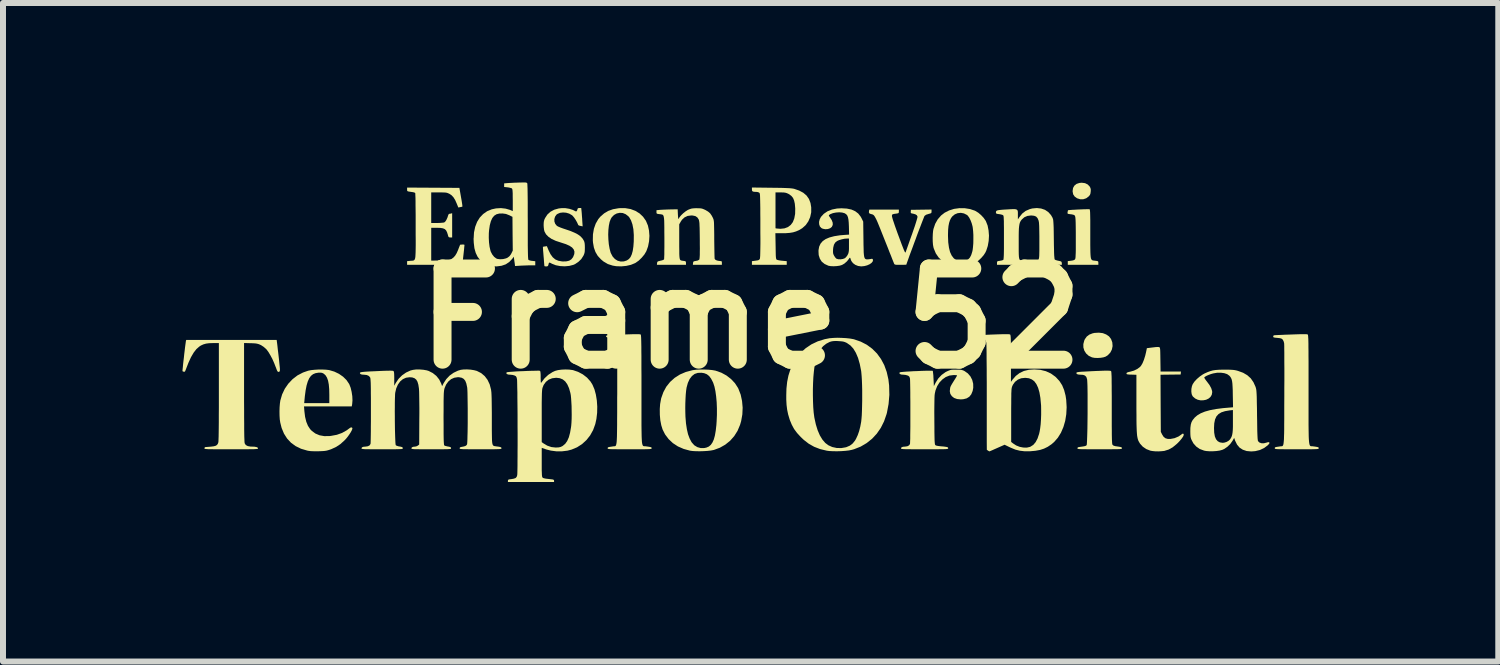
<source format=kicad_pcb>
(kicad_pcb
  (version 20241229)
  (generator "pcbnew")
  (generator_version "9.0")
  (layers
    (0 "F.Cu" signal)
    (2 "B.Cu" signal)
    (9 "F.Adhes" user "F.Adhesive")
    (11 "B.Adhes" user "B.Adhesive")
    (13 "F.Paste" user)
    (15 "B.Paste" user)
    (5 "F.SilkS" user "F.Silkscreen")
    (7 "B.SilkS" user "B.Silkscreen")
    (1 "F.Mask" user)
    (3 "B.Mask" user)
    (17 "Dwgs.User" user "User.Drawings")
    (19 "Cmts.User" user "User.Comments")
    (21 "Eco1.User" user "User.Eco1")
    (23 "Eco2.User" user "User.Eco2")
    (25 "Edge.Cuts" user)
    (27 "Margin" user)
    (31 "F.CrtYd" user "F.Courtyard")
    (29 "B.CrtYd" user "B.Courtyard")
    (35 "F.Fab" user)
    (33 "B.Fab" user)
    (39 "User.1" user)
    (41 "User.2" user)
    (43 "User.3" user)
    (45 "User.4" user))
  (footprint "Frame 52"
    (layer "F.Cu")
    (at 9.499 2.272)
    (property "Reference" "Frame 52" (at 0 0 0) (layer "F.SilkS") (effects (font (size 1.524 1.524) (thickness 0.3))))
    (attr board_only exclude_from_pos_files exclude_from_bom)
    (fp_poly (pts (xy 5.585 -2.261) (xy 5.63 -2.239) (xy 5.663 -2.205) (xy 5.675 -2.182) (xy 5.681 -2.16) (xy 5.681 -2.128) (xy 5.68 -2.122) (xy 5.676 -2.089) (xy 5.668 -2.066) (xy 5.652 -2.045) (xy 5.646 -2.039) (xy 5.605 -2.008) (xy 5.556 -1.992) (xy 5.504 -1.992) (xy 5.453 -2.008) (xy 5.452 -2.008) (xy 5.412 -2.037) (xy 5.387 -2.074) (xy 5.378 -2.122) (xy 5.378 -2.131) (xy 5.385 -2.18) (xy 5.407 -2.219) (xy 5.443 -2.248) (xy 5.49 -2.264) (xy 5.53 -2.268)) (stroke (width 0) (type solid)) (fill yes) (layer "F.SilkS"))
    (fp_poly (pts (xy 5.883 0.246) (xy 5.939 0.268) (xy 5.986 0.3) (xy 6.02 0.344) (xy 6.04 0.397) (xy 6.041 0.4) (xy 6.046 0.462) (xy 6.034 0.52) (xy 6.007 0.572) (xy 5.966 0.615) (xy 5.93 0.638) (xy 5.894 0.65) (xy 5.847 0.658) (xy 5.795 0.661) (xy 5.745 0.659) (xy 5.703 0.651) (xy 5.7 0.65) (xy 5.646 0.624) (xy 5.604 0.586) (xy 5.574 0.539) (xy 5.558 0.486) (xy 5.557 0.429) (xy 5.572 0.371) (xy 5.582 0.348) (xy 5.614 0.303) (xy 5.656 0.271) (xy 5.712 0.249) (xy 5.745 0.242) (xy 5.817 0.238)) (stroke (width 0) (type solid)) (fill yes) (layer "F.SilkS"))
    (fp_poly (pts (xy 5.655 -1.826) (xy 5.66 -1.825) (xy 5.664 -1.822) (xy 5.666 -1.813) (xy 5.668 -1.798) (xy 5.67 -1.775) (xy 5.671 -1.743) (xy 5.672 -1.699) (xy 5.673 -1.643) (xy 5.673 -1.573) (xy 5.673 -1.488) (xy 5.673 -1.412) (xy 5.673 -1.312) (xy 5.673 -1.229) (xy 5.674 -1.16) (xy 5.675 -1.105) (xy 5.677 -1.062) (xy 5.68 -1.029) (xy 5.684 -1.005) (xy 5.691 -0.988) (xy 5.699 -0.978) (xy 5.71 -0.971) (xy 5.723 -0.968) (xy 5.739 -0.966) (xy 5.757 -0.964) (xy 5.786 -0.96) (xy 5.801 -0.955) (xy 5.807 -0.946) (xy 5.808 -0.929) (xy 5.808 -0.927) (xy 5.808 -0.896) (xy 5.297 -0.896) (xy 5.297 -0.958) (xy 5.351 -0.964) (xy 5.386 -0.97) (xy 5.408 -0.979) (xy 5.418 -0.989) (xy 5.422 -0.997) (xy 5.425 -1.009) (xy 5.427 -1.029) (xy 5.428 -1.057) (xy 5.43 -1.095) (xy 5.431 -1.145) (xy 5.431 -1.209) (xy 5.431 -1.288) (xy 5.431 -1.341) (xy 5.431 -1.443) (xy 5.43 -1.529) (xy 5.429 -1.598) (xy 5.427 -1.65) (xy 5.424 -1.685) (xy 5.421 -1.702) (xy 5.415 -1.717) (xy 5.406 -1.727) (xy 5.39 -1.733) (xy 5.364 -1.739) (xy 5.331 -1.743) (xy 5.305 -1.747) (xy 5.294 -1.753) (xy 5.292 -1.763) (xy 5.294 -1.777) (xy 5.298 -1.798) (xy 5.301 -1.808) (xy 5.301 -1.808) (xy 5.311 -1.81) (xy 5.335 -1.812) (xy 5.37 -1.815) (xy 5.414 -1.817) (xy 5.462 -1.82) (xy 5.511 -1.822) (xy 5.558 -1.824) (xy 5.6 -1.825) (xy 5.633 -1.826)) (stroke (width 0) (type solid)) (fill yes) (layer "F.SilkS"))
    (fp_poly (pts (xy -2.097 -1.843) (xy -2.01 -1.828) (xy -1.93 -1.798) (xy -1.86 -1.755) (xy -1.801 -1.699) (xy -1.753 -1.631) (xy -1.751 -1.626) (xy -1.72 -1.552) (xy -1.702 -1.469) (xy -1.695 -1.38) (xy -1.701 -1.29) (xy -1.718 -1.203) (xy -1.747 -1.123) (xy -1.779 -1.069) (xy -1.823 -1.016) (xy -1.873 -0.967) (xy -1.925 -0.93) (xy -1.936 -0.924) (xy -2.004 -0.896) (xy -2.083 -0.878) (xy -2.167 -0.87) (xy -2.251 -0.873) (xy -2.309 -0.883) (xy -2.39 -0.909) (xy -2.463 -0.952) (xy -2.507 -0.989) (xy -2.559 -1.046) (xy -2.597 -1.11) (xy -2.623 -1.183) (xy -2.638 -1.267) (xy -2.641 -1.304) (xy -2.639 -1.401) (xy -2.384 -1.401) (xy -2.381 -1.32) (xy -2.374 -1.241) (xy -2.361 -1.167) (xy -2.344 -1.102) (xy -2.339 -1.09) (xy -2.31 -1.035) (xy -2.272 -0.993) (xy -2.226 -0.964) (xy -2.175 -0.951) (xy -2.122 -0.953) (xy -2.073 -0.969) (xy -2.039 -0.992) (xy -2.011 -1.025) (xy -1.99 -1.071) (xy -1.974 -1.129) (xy -1.963 -1.203) (xy -1.957 -1.286) (xy -1.956 -1.394) (xy -1.963 -1.49) (xy -1.979 -1.572) (xy -2.003 -1.64) (xy -2.034 -1.693) (xy -2.047 -1.707) (xy -2.092 -1.742) (xy -2.141 -1.762) (xy -2.192 -1.765) (xy -2.242 -1.754) (xy -2.287 -1.729) (xy -2.325 -1.69) (xy -2.341 -1.663) (xy -2.36 -1.614) (xy -2.373 -1.551) (xy -2.381 -1.479) (xy -2.384 -1.401) (xy -2.639 -1.401) (xy -2.639 -1.405) (xy -2.623 -1.499) (xy -2.593 -1.584) (xy -2.55 -1.659) (xy -2.514 -1.702) (xy -2.452 -1.756) (xy -2.383 -1.797) (xy -2.304 -1.825) (xy -2.214 -1.841) (xy -2.191 -1.843)) (stroke (width 0) (type solid)) (fill yes) (layer "F.SilkS"))
    (fp_poly (pts (xy 6.822 0.479) (xy 6.828 0.481) (xy 6.833 0.486) (xy 6.837 0.495) (xy 6.84 0.512) (xy 6.842 0.537) (xy 6.843 0.573) (xy 6.844 0.623) (xy 6.845 0.688) (xy 6.845 0.689) (xy 6.848 0.887) (xy 7.189 0.887) (xy 7.186 0.912) (xy 7.184 0.937) (xy 7.015 0.939) (xy 6.847 0.941) (xy 6.849 1.419) (xy 6.852 1.896) (xy 6.874 1.94) (xy 6.899 1.979) (xy 6.93 2.003) (xy 6.969 2.014) (xy 7.014 2.014) (xy 7.082 2.001) (xy 7.148 1.973) (xy 7.189 1.945) (xy 7.21 1.929) (xy 7.222 1.925) (xy 7.231 1.93) (xy 7.233 1.932) (xy 7.235 1.948) (xy 7.225 1.973) (xy 7.203 2.005) (xy 7.172 2.043) (xy 7.133 2.084) (xy 7.116 2.1) (xy 7.05 2.154) (xy 6.984 2.191) (xy 6.914 2.213) (xy 6.911 2.214) (xy 6.866 2.219) (xy 6.813 2.222) (xy 6.758 2.221) (xy 6.71 2.216) (xy 6.677 2.21) (xy 6.608 2.183) (xy 6.55 2.143) (xy 6.504 2.092) (xy 6.479 2.049) (xy 6.472 2.031) (xy 6.466 2.011) (xy 6.461 1.988) (xy 6.456 1.96) (xy 6.453 1.927) (xy 6.45 1.885) (xy 6.448 1.835) (xy 6.446 1.773) (xy 6.445 1.7) (xy 6.445 1.613) (xy 6.444 1.51) (xy 6.444 1.419) (xy 6.444 0.942) (xy 6.361 0.939) (xy 6.322 0.938) (xy 6.298 0.935) (xy 6.284 0.932) (xy 6.279 0.926) (xy 6.278 0.919) (xy 6.282 0.909) (xy 6.294 0.902) (xy 6.319 0.894) (xy 6.337 0.891) (xy 6.403 0.872) (xy 6.46 0.844) (xy 6.505 0.81) (xy 6.521 0.791) (xy 6.546 0.749) (xy 6.57 0.691) (xy 6.592 0.62) (xy 6.605 0.565) (xy 6.619 0.497) (xy 6.716 0.485) (xy 6.767 0.479) (xy 6.801 0.477)) (stroke (width 0) (type solid)) (fill yes) (layer "F.SilkS"))
    (fp_poly (pts (xy 3.576 -1.842) (xy 3.663 -1.828) (xy 3.744 -1.801) (xy 3.755 -1.795) (xy 3.801 -1.767) (xy 3.848 -1.727) (xy 3.891 -1.681) (xy 3.923 -1.635) (xy 3.929 -1.624) (xy 3.957 -1.553) (xy 3.973 -1.471) (xy 3.98 -1.384) (xy 3.975 -1.296) (xy 3.96 -1.211) (xy 3.935 -1.134) (xy 3.919 -1.1) (xy 3.891 -1.057) (xy 3.852 -1.012) (xy 3.809 -0.971) (xy 3.765 -0.936) (xy 3.737 -0.92) (xy 3.663 -0.893) (xy 3.581 -0.876) (xy 3.494 -0.87) (xy 3.408 -0.877) (xy 3.353 -0.888) (xy 3.27 -0.918) (xy 3.198 -0.962) (xy 3.138 -1.019) (xy 3.091 -1.088) (xy 3.058 -1.168) (xy 3.052 -1.188) (xy 3.044 -1.232) (xy 3.04 -1.287) (xy 3.039 -1.348) (xy 3.041 -1.402) (xy 3.295 -1.402) (xy 3.295 -1.376) (xy 3.299 -1.272) (xy 3.311 -1.184) (xy 3.329 -1.111) (xy 3.356 -1.052) (xy 3.39 -1.007) (xy 3.432 -0.974) (xy 3.446 -0.967) (xy 3.489 -0.954) (xy 3.536 -0.951) (xy 3.579 -0.958) (xy 3.597 -0.965) (xy 3.634 -0.988) (xy 3.662 -1.019) (xy 3.683 -1.059) (xy 3.7 -1.113) (xy 3.707 -1.144) (xy 3.713 -1.194) (xy 3.718 -1.256) (xy 3.719 -1.325) (xy 3.719 -1.395) (xy 3.715 -1.46) (xy 3.709 -1.516) (xy 3.705 -1.54) (xy 3.691 -1.591) (xy 3.672 -1.641) (xy 3.65 -1.684) (xy 3.626 -1.717) (xy 3.613 -1.729) (xy 3.562 -1.755) (xy 3.509 -1.765) (xy 3.456 -1.759) (xy 3.408 -1.739) (xy 3.367 -1.705) (xy 3.346 -1.677) (xy 3.327 -1.639) (xy 3.313 -1.595) (xy 3.303 -1.543) (xy 3.297 -1.48) (xy 3.295 -1.402) (xy 3.041 -1.402) (xy 3.041 -1.409) (xy 3.046 -1.463) (xy 3.052 -1.495) (xy 3.081 -1.581) (xy 3.124 -1.657) (xy 3.18 -1.721) (xy 3.239 -1.767) (xy 3.314 -1.805) (xy 3.397 -1.831) (xy 3.486 -1.843)) (stroke (width 0) (type solid)) (fill yes) (layer "F.SilkS"))
    (fp_poly (pts (xy -0.707 0.857) (xy -0.645 0.863) (xy -0.594 0.872) (xy -0.587 0.874) (xy -0.493 0.907) (xy -0.407 0.954) (xy -0.331 1.013) (xy -0.266 1.082) (xy -0.216 1.159) (xy -0.208 1.175) (xy -0.17 1.273) (xy -0.147 1.38) (xy -0.137 1.491) (xy -0.142 1.604) (xy -0.162 1.716) (xy -0.18 1.778) (xy -0.222 1.878) (xy -0.278 1.967) (xy -0.347 2.045) (xy -0.428 2.11) (xy -0.518 2.161) (xy -0.618 2.198) (xy -0.627 2.2) (xy -0.67 2.208) (xy -0.725 2.214) (xy -0.788 2.218) (xy -0.854 2.22) (xy -0.917 2.219) (xy -0.973 2.216) (xy -1.017 2.21) (xy -1.017 2.21) (xy -1.123 2.181) (xy -1.219 2.139) (xy -1.303 2.084) (xy -1.374 2.017) (xy -1.433 1.939) (xy -1.475 1.856) (xy -1.497 1.785) (xy -1.513 1.702) (xy -1.521 1.612) (xy -1.522 1.519) (xy -1.521 1.498) (xy -1.096 1.498) (xy -1.095 1.574) (xy -1.093 1.641) (xy -1.084 1.754) (xy -1.069 1.852) (xy -1.05 1.935) (xy -1.024 2.005) (xy -0.993 2.064) (xy -0.986 2.074) (xy -0.945 2.12) (xy -0.894 2.151) (xy -0.837 2.167) (xy -0.776 2.166) (xy -0.741 2.158) (xy -0.702 2.141) (xy -0.669 2.113) (xy -0.642 2.074) (xy -0.619 2.023) (xy -0.601 1.958) (xy -0.587 1.878) (xy -0.576 1.782) (xy -0.572 1.723) (xy -0.567 1.613) (xy -0.567 1.504) (xy -0.571 1.4) (xy -0.58 1.303) (xy -0.592 1.216) (xy -0.608 1.14) (xy -0.628 1.079) (xy -0.633 1.067) (xy -0.664 1.007) (xy -0.697 0.963) (xy -0.735 0.933) (xy -0.78 0.915) (xy -0.825 0.908) (xy -0.886 0.91) (xy -0.94 0.928) (xy -0.985 0.963) (xy -1.023 1.013) (xy -1.053 1.078) (xy -1.075 1.159) (xy -1.075 1.161) (xy -1.082 1.209) (xy -1.088 1.271) (xy -1.092 1.342) (xy -1.095 1.419) (xy -1.096 1.498) (xy -1.521 1.498) (xy -1.516 1.43) (xy -1.501 1.347) (xy -1.498 1.333) (xy -1.462 1.232) (xy -1.413 1.141) (xy -1.349 1.061) (xy -1.273 0.993) (xy -1.185 0.937) (xy -1.087 0.895) (xy -0.978 0.866) (xy -0.967 0.864) (xy -0.911 0.857) (xy -0.845 0.854) (xy -0.776 0.854)) (stroke (width 0) (type solid)) (fill yes) (layer "F.SilkS"))
    (fp_poly (pts (xy -7.097 0.857) (xy -7.048 0.863) (xy -7.045 0.864) (xy -6.961 0.889) (xy -6.884 0.926) (xy -6.815 0.974) (xy -6.758 1.03) (xy -6.716 1.092) (xy -6.71 1.103) (xy -6.688 1.16) (xy -6.672 1.228) (xy -6.661 1.3) (xy -6.658 1.37) (xy -6.663 1.432) (xy -6.665 1.442) (xy -6.67 1.47) (xy -7.468 1.47) (xy -7.462 1.548) (xy -7.45 1.645) (xy -7.43 1.727) (xy -7.402 1.795) (xy -7.365 1.851) (xy -7.336 1.881) (xy -7.277 1.924) (xy -7.208 1.953) (xy -7.13 1.967) (xy -7.042 1.966) (xy -7.017 1.963) (xy -6.92 1.945) (xy -6.833 1.914) (xy -6.753 1.869) (xy -6.721 1.845) (xy -6.696 1.827) (xy -6.679 1.82) (xy -6.667 1.825) (xy -6.66 1.831) (xy -6.66 1.845) (xy -6.669 1.869) (xy -6.686 1.901) (xy -6.71 1.938) (xy -6.737 1.976) (xy -6.767 2.013) (xy -6.793 2.04) (xy -6.861 2.101) (xy -6.932 2.148) (xy -7.01 2.184) (xy -7.026 2.19) (xy -7.06 2.201) (xy -7.089 2.209) (xy -7.119 2.214) (xy -7.154 2.217) (xy -7.2 2.219) (xy -7.228 2.22) (xy -7.297 2.22) (xy -7.353 2.218) (xy -7.398 2.212) (xy -7.416 2.208) (xy -7.518 2.178) (xy -7.608 2.134) (xy -7.686 2.077) (xy -7.751 2.007) (xy -7.803 1.925) (xy -7.842 1.831) (xy -7.865 1.74) (xy -7.873 1.688) (xy -7.877 1.623) (xy -7.878 1.554) (xy -7.876 1.485) (xy -7.871 1.422) (xy -7.87 1.416) (xy -7.465 1.416) (xy -7.045 1.416) (xy -7.045 1.275) (xy -7.047 1.181) (xy -7.054 1.103) (xy -7.066 1.04) (xy -7.084 0.99) (xy -7.107 0.952) (xy -7.136 0.925) (xy -7.141 0.922) (xy -7.163 0.911) (xy -7.186 0.906) (xy -7.219 0.906) (xy -7.229 0.907) (xy -7.276 0.915) (xy -7.317 0.932) (xy -7.352 0.96) (xy -7.381 1) (xy -7.405 1.053) (xy -7.425 1.12) (xy -7.441 1.202) (xy -7.454 1.3) (xy -7.46 1.365) (xy -7.465 1.416) (xy -7.87 1.416) (xy -7.864 1.373) (xy -7.834 1.27) (xy -7.789 1.175) (xy -7.73 1.09) (xy -7.659 1.015) (xy -7.577 0.952) (xy -7.485 0.904) (xy -7.399 0.874) (xy -7.35 0.864) (xy -7.29 0.858) (xy -7.224 0.854) (xy -7.158 0.854)) (stroke (width 0) (type solid)) (fill yes) (layer "F.SilkS"))
    (fp_poly (pts (xy 0.343 -2.184) (xy 0.433 -2.183) (xy 0.507 -2.182) (xy 0.567 -2.18) (xy 0.615 -2.178) (xy 0.653 -2.176) (xy 0.682 -2.173) (xy 0.705 -2.17) (xy 0.724 -2.166) (xy 0.724 -2.166) (xy 0.808 -2.137) (xy 0.877 -2.1) (xy 0.931 -2.054) (xy 0.971 -1.997) (xy 0.997 -1.929) (xy 1.009 -1.857) (xy 1.009 -1.774) (xy 0.992 -1.695) (xy 0.961 -1.623) (xy 0.917 -1.56) (xy 0.859 -1.508) (xy 0.804 -1.475) (xy 0.755 -1.454) (xy 0.705 -1.439) (xy 0.651 -1.43) (xy 0.587 -1.425) (xy 0.53 -1.424) (xy 0.41 -1.424) (xy 0.414 -1.209) (xy 0.415 -1.141) (xy 0.416 -1.088) (xy 0.417 -1.049) (xy 0.419 -1.021) (xy 0.422 -1.003) (xy 0.425 -0.991) (xy 0.43 -0.984) (xy 0.433 -0.982) (xy 0.449 -0.976) (xy 0.477 -0.97) (xy 0.513 -0.965) (xy 0.525 -0.964) (xy 0.6 -0.957) (xy 0.6 -0.896) (xy 0.018 -0.896) (xy 0.018 -0.957) (xy 0.078 -0.965) (xy 0.112 -0.97) (xy 0.132 -0.976) (xy 0.144 -0.986) (xy 0.15 -0.995) (xy 0.152 -1.003) (xy 0.154 -1.019) (xy 0.156 -1.044) (xy 0.157 -1.078) (xy 0.158 -1.123) (xy 0.159 -1.18) (xy 0.16 -1.251) (xy 0.16 -1.335) (xy 0.159 -1.436) (xy 0.159 -1.507) (xy 0.412 -1.507) (xy 0.432 -1.503) (xy 0.494 -1.498) (xy 0.559 -1.505) (xy 0.564 -1.506) (xy 0.62 -1.527) (xy 0.666 -1.562) (xy 0.702 -1.61) (xy 0.726 -1.672) (xy 0.74 -1.747) (xy 0.742 -1.834) (xy 0.741 -1.848) (xy 0.735 -1.917) (xy 0.723 -1.971) (xy 0.705 -2.014) (xy 0.679 -2.046) (xy 0.644 -2.073) (xy 0.628 -2.082) (xy 0.602 -2.094) (xy 0.578 -2.101) (xy 0.551 -2.105) (xy 0.514 -2.106) (xy 0.496 -2.106) (xy 0.412 -2.106) (xy 0.412 -1.507) (xy 0.159 -1.507) (xy 0.159 -1.553) (xy 0.159 -1.553) (xy 0.159 -1.665) (xy 0.158 -1.76) (xy 0.158 -1.84) (xy 0.157 -1.905) (xy 0.156 -1.959) (xy 0.155 -2.001) (xy 0.154 -2.034) (xy 0.153 -2.058) (xy 0.151 -2.076) (xy 0.149 -2.087) (xy 0.146 -2.095) (xy 0.143 -2.099) (xy 0.139 -2.102) (xy 0.12 -2.111) (xy 0.092 -2.115) (xy 0.084 -2.115) (xy 0.05 -2.117) (xy 0.03 -2.123) (xy 0.02 -2.136) (xy 0.018 -2.157) (xy 0.018 -2.188)) (stroke (width 0) (type solid)) (fill yes) (layer "F.SilkS"))
    (fp_poly (pts (xy 5.991 0.874) (xy 6.01 0.876) (xy 6.019 0.879) (xy 6.019 0.879) (xy 6.022 0.883) (xy 6.024 0.893) (xy 6.026 0.909) (xy 6.027 0.932) (xy 6.029 0.964) (xy 6.03 1.006) (xy 6.03 1.059) (xy 6.031 1.124) (xy 6.031 1.202) (xy 6.032 1.296) (xy 6.032 1.405) (xy 6.032 1.491) (xy 6.032 1.612) (xy 6.032 1.716) (xy 6.032 1.804) (xy 6.033 1.878) (xy 6.033 1.94) (xy 6.034 1.989) (xy 6.035 2.029) (xy 6.037 2.059) (xy 6.038 2.081) (xy 6.04 2.096) (xy 6.042 2.106) (xy 6.045 2.112) (xy 6.045 2.112) (xy 6.062 2.126) (xy 6.092 2.135) (xy 6.106 2.137) (xy 6.148 2.143) (xy 6.176 2.148) (xy 6.193 2.153) (xy 6.2 2.16) (xy 6.202 2.169) (xy 6.202 2.17) (xy 6.202 2.174) (xy 6.199 2.177) (xy 6.192 2.18) (xy 6.18 2.182) (xy 6.162 2.184) (xy 6.134 2.185) (xy 6.096 2.186) (xy 6.047 2.186) (xy 5.984 2.187) (xy 5.906 2.187) (xy 5.83 2.187) (xy 5.739 2.187) (xy 5.664 2.187) (xy 5.603 2.186) (xy 5.556 2.186) (xy 5.521 2.185) (xy 5.495 2.184) (xy 5.477 2.182) (xy 5.467 2.18) (xy 5.461 2.177) (xy 5.459 2.173) (xy 5.458 2.169) (xy 5.462 2.158) (xy 5.475 2.151) (xy 5.501 2.147) (xy 5.545 2.141) (xy 5.574 2.136) (xy 5.593 2.131) (xy 5.604 2.125) (xy 5.612 2.118) (xy 5.615 2.106) (xy 5.617 2.078) (xy 5.619 2.036) (xy 5.621 1.982) (xy 5.623 1.918) (xy 5.625 1.845) (xy 5.626 1.766) (xy 5.627 1.682) (xy 5.628 1.596) (xy 5.628 1.509) (xy 5.628 1.423) (xy 5.628 1.34) (xy 5.628 1.263) (xy 5.627 1.192) (xy 5.626 1.13) (xy 5.624 1.079) (xy 5.622 1.041) (xy 5.62 1.018) (xy 5.619 1.015) (xy 5.607 0.978) (xy 5.585 0.955) (xy 5.552 0.943) (xy 5.519 0.941) (xy 5.477 0.938) (xy 5.452 0.931) (xy 5.441 0.918) (xy 5.44 0.914) (xy 5.441 0.909) (xy 5.445 0.904) (xy 5.454 0.9) (xy 5.468 0.897) (xy 5.491 0.894) (xy 5.523 0.891) (xy 5.566 0.889) (xy 5.623 0.886) (xy 5.693 0.882) (xy 5.78 0.878) (xy 5.788 0.878) (xy 5.862 0.875) (xy 5.919 0.873) (xy 5.961 0.873)) (stroke (width 0) (type solid)) (fill yes) (layer "F.SilkS"))
    (fp_poly (pts (xy 3.02 -1.789) (xy 3.019 -1.772) (xy 3.014 -1.761) (xy 2.999 -1.754) (xy 2.972 -1.747) (xy 2.97 -1.746) (xy 2.929 -1.733) (xy 2.905 -1.715) (xy 2.902 -1.712) (xy 2.897 -1.701) (xy 2.887 -1.675) (xy 2.872 -1.637) (xy 2.853 -1.588) (xy 2.831 -1.53) (xy 2.806 -1.466) (xy 2.78 -1.397) (xy 2.754 -1.325) (xy 2.727 -1.253) (xy 2.701 -1.182) (xy 2.676 -1.115) (xy 2.653 -1.054) (xy 2.634 -1) (xy 2.618 -0.955) (xy 2.606 -0.922) (xy 2.6 -0.903) (xy 2.599 -0.899) (xy 2.591 -0.898) (xy 2.568 -0.897) (xy 2.535 -0.896) (xy 2.5 -0.896) (xy 2.457 -0.896) (xy 2.428 -0.897) (xy 2.411 -0.9) (xy 2.401 -0.905) (xy 2.396 -0.912) (xy 2.394 -0.916) (xy 2.389 -0.929) (xy 2.378 -0.956) (xy 2.362 -0.996) (xy 2.342 -1.048) (xy 2.317 -1.109) (xy 2.29 -1.179) (xy 2.26 -1.254) (xy 2.232 -1.324) (xy 2.195 -1.417) (xy 2.164 -1.495) (xy 2.138 -1.559) (xy 2.117 -1.61) (xy 2.099 -1.65) (xy 2.083 -1.681) (xy 2.07 -1.704) (xy 2.059 -1.72) (xy 2.048 -1.73) (xy 2.036 -1.737) (xy 2.024 -1.741) (xy 2.01 -1.744) (xy 2.009 -1.744) (xy 1.983 -1.754) (xy 1.973 -1.771) (xy 1.975 -1.797) (xy 1.981 -1.819) (xy 2.474 -1.819) (xy 2.474 -1.789) (xy 2.473 -1.77) (xy 2.466 -1.76) (xy 2.45 -1.755) (xy 2.431 -1.752) (xy 2.394 -1.747) (xy 2.372 -1.741) (xy 2.361 -1.733) (xy 2.358 -1.721) (xy 2.359 -1.701) (xy 2.36 -1.7) (xy 2.364 -1.683) (xy 2.373 -1.651) (xy 2.388 -1.607) (xy 2.406 -1.553) (xy 2.428 -1.491) (xy 2.452 -1.424) (xy 2.471 -1.373) (xy 2.5 -1.295) (xy 2.523 -1.233) (xy 2.542 -1.185) (xy 2.556 -1.149) (xy 2.567 -1.125) (xy 2.575 -1.109) (xy 2.58 -1.102) (xy 2.584 -1.102) (xy 2.587 -1.107) (xy 2.588 -1.108) (xy 2.593 -1.123) (xy 2.603 -1.152) (xy 2.618 -1.194) (xy 2.636 -1.245) (xy 2.657 -1.305) (xy 2.68 -1.37) (xy 2.693 -1.405) (xy 2.718 -1.478) (xy 2.741 -1.544) (xy 2.759 -1.601) (xy 2.773 -1.647) (xy 2.782 -1.68) (xy 2.786 -1.698) (xy 2.786 -1.7) (xy 2.775 -1.724) (xy 2.75 -1.74) (xy 2.709 -1.752) (xy 2.704 -1.752) (xy 2.682 -1.757) (xy 2.673 -1.765) (xy 2.672 -1.782) (xy 2.673 -1.786) (xy 2.675 -1.815) (xy 3.02 -1.82)) (stroke (width 0) (type solid)) (fill yes) (layer "F.SilkS"))
    (fp_poly (pts (xy -4.871 -2.182) (xy -4.844 -2.027) (xy -4.835 -1.977) (xy -4.828 -1.933) (xy -4.823 -1.899) (xy -4.821 -1.876) (xy -4.821 -1.869) (xy -4.833 -1.865) (xy -4.854 -1.861) (xy -4.858 -1.86) (xy -4.889 -1.854) (xy -4.914 -1.916) (xy -4.941 -1.977) (xy -4.969 -2.023) (xy -5 -2.057) (xy -5.035 -2.081) (xy -5.039 -2.083) (xy -5.059 -2.092) (xy -5.077 -2.099) (xy -5.097 -2.103) (xy -5.124 -2.105) (xy -5.162 -2.106) (xy -5.213 -2.106) (xy -5.342 -2.106) (xy -5.342 -1.595) (xy -5.244 -1.595) (xy -5.201 -1.596) (xy -5.163 -1.599) (xy -5.135 -1.602) (xy -5.123 -1.605) (xy -5.105 -1.621) (xy -5.087 -1.65) (xy -5.07 -1.688) (xy -5.059 -1.723) (xy -5.051 -1.741) (xy -5.043 -1.748) (xy -5.026 -1.75) (xy -5.012 -1.753) (xy -4.992 -1.759) (xy -4.992 -1.353) (xy -5.022 -1.353) (xy -5.041 -1.355) (xy -5.052 -1.362) (xy -5.059 -1.379) (xy -5.063 -1.395) (xy -5.077 -1.439) (xy -5.093 -1.471) (xy -5.115 -1.493) (xy -5.146 -1.506) (xy -5.189 -1.513) (xy -5.247 -1.515) (xy -5.252 -1.515) (xy -5.342 -1.515) (xy -5.342 -0.966) (xy -5.192 -0.969) (xy -5.136 -0.971) (xy -5.094 -0.972) (xy -5.065 -0.975) (xy -5.043 -0.978) (xy -5.026 -0.983) (xy -5.01 -0.99) (xy -5.001 -0.995) (xy -4.97 -1.018) (xy -4.942 -1.049) (xy -4.916 -1.092) (xy -4.891 -1.149) (xy -4.887 -1.161) (xy -4.859 -1.232) (xy -4.823 -1.235) (xy -4.8 -1.235) (xy -4.787 -1.231) (xy -4.786 -1.229) (xy -4.787 -1.217) (xy -4.79 -1.19) (xy -4.793 -1.153) (xy -4.798 -1.11) (xy -4.803 -1.064) (xy -4.808 -1.02) (xy -4.812 -0.98) (xy -4.816 -0.949) (xy -4.818 -0.934) (xy -4.823 -0.896) (xy -5.745 -0.896) (xy -5.745 -0.957) (xy -5.689 -0.963) (xy -5.672 -0.964) (xy -5.656 -0.965) (xy -5.643 -0.967) (xy -5.633 -0.97) (xy -5.624 -0.977) (xy -5.617 -0.988) (xy -5.611 -1.005) (xy -5.607 -1.029) (xy -5.605 -1.062) (xy -5.603 -1.105) (xy -5.602 -1.158) (xy -5.601 -1.224) (xy -5.601 -1.304) (xy -5.602 -1.399) (xy -5.602 -1.51) (xy -5.602 -1.535) (xy -5.602 -1.633) (xy -5.602 -1.725) (xy -5.603 -1.811) (xy -5.604 -1.889) (xy -5.604 -1.956) (xy -5.605 -2.012) (xy -5.607 -2.055) (xy -5.608 -2.083) (xy -5.609 -2.095) (xy -5.609 -2.095) (xy -5.622 -2.104) (xy -5.645 -2.11) (xy -5.652 -2.111) (xy -5.693 -2.117) (xy -5.72 -2.121) (xy -5.736 -2.126) (xy -5.743 -2.133) (xy -5.745 -2.143) (xy -5.745 -2.156) (xy -5.745 -2.187)) (stroke (width 0) (type solid)) (fill yes) (layer "F.SilkS"))
    (fp_poly (pts (xy -1.892 0.263) (xy -1.866 0.264) (xy -1.849 0.266) (xy -1.841 0.269) (xy -1.841 0.269) (xy -1.839 0.273) (xy -1.837 0.281) (xy -1.836 0.295) (xy -1.834 0.315) (xy -1.833 0.343) (xy -1.832 0.379) (xy -1.831 0.424) (xy -1.83 0.48) (xy -1.83 0.547) (xy -1.829 0.626) (xy -1.829 0.719) (xy -1.829 0.826) (xy -1.828 0.948) (xy -1.828 1.087) (xy -1.828 1.187) (xy -1.828 1.337) (xy -1.828 1.471) (xy -1.828 1.589) (xy -1.828 1.692) (xy -1.828 1.781) (xy -1.827 1.858) (xy -1.826 1.922) (xy -1.825 1.976) (xy -1.823 2.019) (xy -1.821 2.054) (xy -1.818 2.081) (xy -1.814 2.102) (xy -1.809 2.116) (xy -1.804 2.126) (xy -1.798 2.132) (xy -1.79 2.135) (xy -1.782 2.136) (xy -1.772 2.136) (xy -1.761 2.137) (xy -1.759 2.137) (xy -1.715 2.143) (xy -1.686 2.148) (xy -1.669 2.152) (xy -1.661 2.157) (xy -1.658 2.164) (xy -1.658 2.169) (xy -1.659 2.174) (xy -1.661 2.177) (xy -1.667 2.18) (xy -1.679 2.182) (xy -1.697 2.184) (xy -1.724 2.185) (xy -1.761 2.186) (xy -1.81 2.187) (xy -1.873 2.187) (xy -1.95 2.187) (xy -2.026 2.187) (xy -2.116 2.187) (xy -2.191 2.187) (xy -2.25 2.186) (xy -2.297 2.186) (xy -2.332 2.185) (xy -2.358 2.184) (xy -2.375 2.182) (xy -2.385 2.18) (xy -2.391 2.177) (xy -2.393 2.173) (xy -2.393 2.169) (xy -2.392 2.161) (xy -2.387 2.155) (xy -2.375 2.15) (xy -2.353 2.146) (xy -2.318 2.141) (xy -2.3 2.138) (xy -2.289 2.137) (xy -2.28 2.137) (xy -2.272 2.136) (xy -2.264 2.133) (xy -2.258 2.127) (xy -2.253 2.118) (xy -2.249 2.103) (xy -2.245 2.083) (xy -2.242 2.056) (xy -2.24 2.02) (xy -2.238 1.976) (xy -2.237 1.921) (xy -2.236 1.856) (xy -2.235 1.777) (xy -2.235 1.686) (xy -2.234 1.58) (xy -2.234 1.459) (xy -2.234 1.322) (xy -2.233 1.266) (xy -2.233 1.098) (xy -2.233 0.949) (xy -2.233 0.818) (xy -2.233 0.704) (xy -2.234 0.608) (xy -2.235 0.53) (xy -2.236 0.469) (xy -2.237 0.426) (xy -2.239 0.4) (xy -2.24 0.394) (xy -2.252 0.364) (xy -2.269 0.345) (xy -2.296 0.333) (xy -2.337 0.326) (xy -2.348 0.325) (xy -2.389 0.32) (xy -2.413 0.311) (xy -2.421 0.299) (xy -2.414 0.287) (xy -2.404 0.285) (xy -2.377 0.282) (xy -2.338 0.279) (xy -2.287 0.276) (xy -2.227 0.273) (xy -2.16 0.27) (xy -2.13 0.269) (xy -2.048 0.266) (xy -1.982 0.264) (xy -1.93 0.263)) (stroke (width 0) (type solid)) (fill yes) (layer "F.SilkS"))
    (fp_poly (pts (xy -3.766 -2.272) (xy -3.751 -2.269) (xy -3.742 -2.265) (xy -3.737 -2.259) (xy -3.737 -2.258) (xy -3.735 -2.246) (xy -3.734 -2.216) (xy -3.732 -2.17) (xy -3.731 -2.108) (xy -3.73 -2.031) (xy -3.729 -1.94) (xy -3.729 -1.835) (xy -3.729 -1.716) (xy -3.728 -1.615) (xy -3.728 -1.492) (xy -3.728 -1.385) (xy -3.728 -1.294) (xy -3.728 -1.217) (xy -3.727 -1.154) (xy -3.726 -1.102) (xy -3.725 -1.061) (xy -3.724 -1.03) (xy -3.722 -1.007) (xy -3.721 -0.992) (xy -3.718 -0.982) (xy -3.716 -0.978) (xy -3.716 -0.977) (xy -3.7 -0.971) (xy -3.673 -0.964) (xy -3.653 -0.962) (xy -3.603 -0.956) (xy -3.603 -0.887) (xy -3.678 -0.887) (xy -3.721 -0.887) (xy -3.774 -0.885) (xy -3.827 -0.883) (xy -3.847 -0.882) (xy -3.941 -0.876) (xy -3.947 -0.924) (xy -3.952 -0.958) (xy -3.956 -0.989) (xy -3.958 -1.002) (xy -3.963 -1.031) (xy -3.988 -0.996) (xy -4.038 -0.943) (xy -4.097 -0.904) (xy -4.167 -0.88) (xy -4.245 -0.87) (xy -4.26 -0.87) (xy -4.298 -0.872) (xy -4.334 -0.875) (xy -4.358 -0.879) (xy -4.414 -0.899) (xy -4.471 -0.931) (xy -4.519 -0.97) (xy -4.522 -0.973) (xy -4.566 -1.029) (xy -4.598 -1.095) (xy -4.62 -1.173) (xy -4.631 -1.265) (xy -4.634 -1.332) (xy -4.632 -1.348) (xy -4.38 -1.348) (xy -4.376 -1.271) (xy -4.367 -1.199) (xy -4.353 -1.137) (xy -4.346 -1.115) (xy -4.322 -1.069) (xy -4.291 -1.03) (xy -4.256 -1.003) (xy -4.237 -0.995) (xy -4.192 -0.989) (xy -4.14 -0.992) (xy -4.091 -1.004) (xy -4.065 -1.016) (xy -4.034 -1.04) (xy -4.01 -1.072) (xy -4.002 -1.087) (xy -3.979 -1.134) (xy -3.982 -1.416) (xy -3.984 -1.698) (xy -4.036 -1.724) (xy -4.092 -1.746) (xy -4.148 -1.754) (xy -4.204 -1.753) (xy -4.251 -1.741) (xy -4.29 -1.716) (xy -4.321 -1.678) (xy -4.345 -1.625) (xy -4.363 -1.558) (xy -4.375 -1.475) (xy -4.379 -1.425) (xy -4.38 -1.348) (xy -4.632 -1.348) (xy -4.627 -1.437) (xy -4.607 -1.531) (xy -4.575 -1.614) (xy -4.53 -1.686) (xy -4.474 -1.745) (xy -4.407 -1.792) (xy -4.329 -1.824) (xy -4.259 -1.839) (xy -4.177 -1.844) (xy -4.098 -1.835) (xy -4.025 -1.814) (xy -4.018 -1.811) (xy -3.979 -1.794) (xy -3.979 -1.976) (xy -3.98 -2.04) (xy -3.98 -2.089) (xy -3.982 -2.124) (xy -3.984 -2.148) (xy -3.988 -2.163) (xy -3.992 -2.171) (xy -3.992 -2.172) (xy -4.008 -2.179) (xy -4.035 -2.186) (xy -4.064 -2.191) (xy -4.123 -2.197) (xy -4.123 -2.257) (xy -4.067 -2.262) (xy -4.037 -2.264) (xy -3.994 -2.266) (xy -3.944 -2.269) (xy -3.891 -2.27) (xy -3.878 -2.271) (xy -3.827 -2.272) (xy -3.79 -2.272)) (stroke (width 0) (type solid)) (fill yes) (layer "F.SilkS"))
    (fp_poly (pts (xy 9.259 0.263) (xy 9.285 0.264) (xy 9.301 0.266) (xy 9.308 0.269) (xy 9.31 0.273) (xy 9.312 0.281) (xy 9.314 0.295) (xy 9.315 0.315) (xy 9.317 0.342) (xy 9.318 0.378) (xy 9.319 0.423) (xy 9.319 0.478) (xy 9.32 0.545) (xy 9.32 0.624) (xy 9.321 0.716) (xy 9.321 0.823) (xy 9.321 0.944) (xy 9.321 1.083) (xy 9.321 1.187) (xy 9.321 1.337) (xy 9.321 1.471) (xy 9.321 1.589) (xy 9.321 1.692) (xy 9.321 1.781) (xy 9.322 1.858) (xy 9.323 1.922) (xy 9.324 1.976) (xy 9.326 2.019) (xy 9.329 2.054) (xy 9.332 2.081) (xy 9.336 2.102) (xy 9.34 2.116) (xy 9.346 2.126) (xy 9.352 2.132) (xy 9.359 2.135) (xy 9.368 2.136) (xy 9.378 2.136) (xy 9.388 2.137) (xy 9.391 2.137) (xy 9.434 2.143) (xy 9.463 2.148) (xy 9.48 2.152) (xy 9.488 2.157) (xy 9.491 2.164) (xy 9.491 2.169) (xy 9.491 2.174) (xy 9.488 2.177) (xy 9.482 2.18) (xy 9.471 2.182) (xy 9.452 2.184) (xy 9.425 2.185) (xy 9.388 2.186) (xy 9.339 2.187) (xy 9.277 2.187) (xy 9.2 2.187) (xy 9.124 2.187) (xy 9.033 2.187) (xy 8.959 2.187) (xy 8.899 2.186) (xy 8.852 2.186) (xy 8.817 2.185) (xy 8.792 2.184) (xy 8.775 2.182) (xy 8.764 2.18) (xy 8.759 2.177) (xy 8.757 2.173) (xy 8.756 2.169) (xy 8.757 2.161) (xy 8.762 2.155) (xy 8.774 2.15) (xy 8.796 2.146) (xy 8.831 2.141) (xy 8.85 2.138) (xy 8.861 2.137) (xy 8.87 2.137) (xy 8.878 2.136) (xy 8.885 2.133) (xy 8.891 2.127) (xy 8.896 2.117) (xy 8.901 2.103) (xy 8.904 2.082) (xy 8.907 2.054) (xy 8.91 2.019) (xy 8.911 1.974) (xy 8.913 1.918) (xy 8.914 1.852) (xy 8.914 1.773) (xy 8.915 1.681) (xy 8.915 1.574) (xy 8.915 1.452) (xy 8.916 1.313) (xy 8.916 1.279) (xy 8.916 1.158) (xy 8.917 1.042) (xy 8.917 0.931) (xy 8.917 0.827) (xy 8.916 0.732) (xy 8.916 0.647) (xy 8.916 0.573) (xy 8.915 0.512) (xy 8.915 0.464) (xy 8.914 0.431) (xy 8.913 0.415) (xy 8.913 0.414) (xy 8.905 0.384) (xy 8.892 0.358) (xy 8.888 0.353) (xy 8.875 0.341) (xy 8.859 0.334) (xy 8.835 0.329) (xy 8.799 0.325) (xy 8.764 0.322) (xy 8.743 0.318) (xy 8.733 0.313) (xy 8.73 0.305) (xy 8.73 0.303) (xy 8.735 0.287) (xy 8.741 0.283) (xy 8.752 0.281) (xy 8.779 0.279) (xy 8.82 0.277) (xy 8.871 0.275) (xy 8.931 0.272) (xy 8.998 0.27) (xy 9.024 0.269) (xy 9.105 0.266) (xy 9.171 0.264) (xy 9.222 0.263)) (stroke (width 0) (type solid)) (fill yes) (layer "F.SilkS"))
    (fp_poly (pts (xy -2.829 -1.79) (xy -2.826 -1.757) (xy -2.823 -1.712) (xy -2.819 -1.664) (xy -2.818 -1.637) (xy -2.811 -1.539) (xy -2.846 -1.546) (xy -2.87 -1.552) (xy -2.884 -1.56) (xy -2.885 -1.562) (xy -2.903 -1.603) (xy -2.927 -1.646) (xy -2.953 -1.685) (xy -2.979 -1.716) (xy -2.991 -1.726) (xy -3.036 -1.752) (xy -3.087 -1.767) (xy -3.139 -1.771) (xy -3.189 -1.765) (xy -3.231 -1.747) (xy -3.248 -1.735) (xy -3.272 -1.701) (xy -3.284 -1.661) (xy -3.283 -1.619) (xy -3.269 -1.58) (xy -3.243 -1.549) (xy -3.236 -1.544) (xy -3.215 -1.533) (xy -3.182 -1.519) (xy -3.141 -1.504) (xy -3.102 -1.491) (xy -3.016 -1.462) (xy -2.947 -1.433) (xy -2.891 -1.404) (xy -2.848 -1.373) (xy -2.815 -1.338) (xy -2.794 -1.305) (xy -2.784 -1.283) (xy -2.778 -1.258) (xy -2.775 -1.226) (xy -2.774 -1.183) (xy -2.775 -1.141) (xy -2.777 -1.11) (xy -2.783 -1.085) (xy -2.792 -1.061) (xy -2.799 -1.047) (xy -2.834 -0.992) (xy -2.883 -0.945) (xy -2.938 -0.908) (xy -2.965 -0.896) (xy -3.034 -0.878) (xy -3.11 -0.871) (xy -3.187 -0.875) (xy -3.26 -0.889) (xy -3.324 -0.914) (xy -3.331 -0.918) (xy -3.356 -0.931) (xy -3.37 -0.933) (xy -3.377 -0.923) (xy -3.383 -0.898) (xy -3.39 -0.879) (xy -3.402 -0.871) (xy -3.42 -0.869) (xy -3.44 -0.871) (xy -3.451 -0.875) (xy -3.451 -0.876) (xy -3.451 -0.887) (xy -3.454 -0.912) (xy -3.457 -0.95) (xy -3.46 -0.996) (xy -3.464 -1.039) (xy -3.468 -1.09) (xy -3.472 -1.134) (xy -3.474 -1.168) (xy -3.475 -1.19) (xy -3.475 -1.197) (xy -3.466 -1.199) (xy -3.446 -1.203) (xy -3.441 -1.203) (xy -3.409 -1.208) (xy -3.381 -1.14) (xy -3.348 -1.073) (xy -3.311 -1.022) (xy -3.268 -0.986) (xy -3.217 -0.964) (xy -3.156 -0.953) (xy -3.142 -0.952) (xy -3.082 -0.954) (xy -3.036 -0.965) (xy -3 -0.988) (xy -2.973 -1.022) (xy -2.969 -1.03) (xy -2.951 -1.076) (xy -2.948 -1.116) (xy -2.96 -1.152) (xy -2.987 -1.185) (xy -3.03 -1.214) (xy -3.09 -1.241) (xy -3.167 -1.266) (xy -3.173 -1.268) (xy -3.259 -1.296) (xy -3.329 -1.328) (xy -3.383 -1.365) (xy -3.423 -1.406) (xy -3.448 -1.451) (xy -3.456 -1.48) (xy -3.461 -1.522) (xy -3.463 -1.556) (xy -3.462 -1.597) (xy -3.458 -1.627) (xy -3.45 -1.654) (xy -3.438 -1.679) (xy -3.4 -1.737) (xy -3.349 -1.783) (xy -3.286 -1.817) (xy -3.211 -1.838) (xy -3.165 -1.843) (xy -3.098 -1.843) (xy -3.033 -1.832) (xy -2.974 -1.813) (xy -2.95 -1.801) (xy -2.926 -1.789) (xy -2.912 -1.791) (xy -2.903 -1.807) (xy -2.899 -1.82) (xy -2.893 -1.838) (xy -2.879 -1.845) (xy -2.864 -1.846) (xy -2.835 -1.846)) (stroke (width 0) (type solid)) (fill yes) (layer "F.SilkS"))
    (fp_poly (pts (xy 1.516 0.325) (xy 1.589 0.329) (xy 1.656 0.336) (xy 1.712 0.346) (xy 1.725 0.349) (xy 1.837 0.388) (xy 1.938 0.44) (xy 2.029 0.507) (xy 2.108 0.586) (xy 2.175 0.678) (xy 2.23 0.781) (xy 2.271 0.895) (xy 2.299 1.019) (xy 2.311 1.121) (xy 2.315 1.277) (xy 2.302 1.43) (xy 2.274 1.578) (xy 2.267 1.603) (xy 2.226 1.721) (xy 2.172 1.829) (xy 2.105 1.926) (xy 2.026 2.011) (xy 1.936 2.083) (xy 1.836 2.142) (xy 1.728 2.185) (xy 1.689 2.196) (xy 1.641 2.206) (xy 1.58 2.213) (xy 1.511 2.218) (xy 1.439 2.22) (xy 1.371 2.219) (xy 1.31 2.216) (xy 1.267 2.21) (xy 1.156 2.183) (xy 1.058 2.145) (xy 0.969 2.095) (xy 0.885 2.03) (xy 0.834 1.982) (xy 0.772 1.914) (xy 0.723 1.848) (xy 0.685 1.778) (xy 0.652 1.699) (xy 0.646 1.68) (xy 0.623 1.603) (xy 0.607 1.526) (xy 0.597 1.446) (xy 0.592 1.356) (xy 0.592 1.301) (xy 0.592 1.285) (xy 1.037 1.285) (xy 1.039 1.387) (xy 1.043 1.485) (xy 1.05 1.573) (xy 1.06 1.647) (xy 1.062 1.66) (xy 1.086 1.77) (xy 1.116 1.868) (xy 1.153 1.954) (xy 1.196 2.025) (xy 1.244 2.081) (xy 1.294 2.119) (xy 1.36 2.149) (xy 1.434 2.165) (xy 1.511 2.167) (xy 1.586 2.154) (xy 1.597 2.151) (xy 1.655 2.126) (xy 1.702 2.09) (xy 1.742 2.04) (xy 1.759 2.01) (xy 1.787 1.949) (xy 1.81 1.883) (xy 1.829 1.808) (xy 1.844 1.728) (xy 1.849 1.681) (xy 1.854 1.62) (xy 1.857 1.547) (xy 1.859 1.466) (xy 1.861 1.378) (xy 1.861 1.289) (xy 1.861 1.2) (xy 1.859 1.114) (xy 1.856 1.035) (xy 1.852 0.966) (xy 1.847 0.909) (xy 1.844 0.88) (xy 1.821 0.763) (xy 1.792 0.661) (xy 1.756 0.576) (xy 1.714 0.506) (xy 1.665 0.452) (xy 1.609 0.413) (xy 1.597 0.406) (xy 1.569 0.394) (xy 1.541 0.386) (xy 1.508 0.382) (xy 1.464 0.379) (xy 1.456 0.378) (xy 1.411 0.377) (xy 1.378 0.379) (xy 1.351 0.383) (xy 1.323 0.391) (xy 1.313 0.395) (xy 1.26 0.423) (xy 1.208 0.464) (xy 1.166 0.513) (xy 1.152 0.533) (xy 1.132 0.575) (xy 1.111 0.63) (xy 1.091 0.692) (xy 1.074 0.758) (xy 1.062 0.817) (xy 1.053 0.892) (xy 1.045 0.98) (xy 1.04 1.077) (xy 1.037 1.18) (xy 1.037 1.285) (xy 0.592 1.285) (xy 0.595 1.173) (xy 0.607 1.06) (xy 0.628 0.956) (xy 0.658 0.861) (xy 0.695 0.775) (xy 0.756 0.67) (xy 0.83 0.578) (xy 0.915 0.499) (xy 1.011 0.434) (xy 1.118 0.383) (xy 1.234 0.347) (xy 1.316 0.331) (xy 1.375 0.326) (xy 1.443 0.323)) (stroke (width 0) (type solid)) (fill yes) (layer "F.SilkS"))
    (fp_poly (pts (xy -7.915 0.437) (xy -7.911 0.471) (xy -7.906 0.519) (xy -7.899 0.575) (xy -7.892 0.636) (xy -7.885 0.697) (xy -7.879 0.76) (xy -7.874 0.806) (xy -7.871 0.84) (xy -7.871 0.862) (xy -7.872 0.877) (xy -7.875 0.884) (xy -7.878 0.888) (xy -7.892 0.894) (xy -7.903 0.892) (xy -7.914 0.88) (xy -7.925 0.855) (xy -7.94 0.814) (xy -7.941 0.813) (xy -7.967 0.746) (xy -7.997 0.678) (xy -8.03 0.616) (xy -8.062 0.562) (xy -8.093 0.52) (xy -8.101 0.512) (xy -8.141 0.476) (xy -8.187 0.446) (xy -8.196 0.442) (xy -8.221 0.431) (xy -8.245 0.424) (xy -8.27 0.419) (xy -8.304 0.416) (xy -8.349 0.414) (xy -8.36 0.414) (xy -8.47 0.411) (xy -8.47 1.235) (xy -8.47 1.39) (xy -8.469 1.527) (xy -8.469 1.648) (xy -8.468 1.753) (xy -8.468 1.842) (xy -8.467 1.917) (xy -8.466 1.977) (xy -8.464 2.024) (xy -8.463 2.058) (xy -8.461 2.079) (xy -8.459 2.088) (xy -8.441 2.116) (xy -8.407 2.134) (xy -8.36 2.142) (xy -8.347 2.142) (xy -8.294 2.144) (xy -8.259 2.151) (xy -8.24 2.161) (xy -8.237 2.17) (xy -8.237 2.174) (xy -8.24 2.177) (xy -8.246 2.18) (xy -8.258 2.182) (xy -8.276 2.183) (xy -8.302 2.185) (xy -8.337 2.186) (xy -8.384 2.186) (xy -8.443 2.187) (xy -8.515 2.187) (xy -8.603 2.187) (xy -8.685 2.187) (xy -8.786 2.187) (xy -8.87 2.187) (xy -8.94 2.187) (xy -8.996 2.186) (xy -9.04 2.186) (xy -9.073 2.185) (xy -9.098 2.183) (xy -9.114 2.182) (xy -9.125 2.179) (xy -9.13 2.177) (xy -9.132 2.173) (xy -9.133 2.169) (xy -9.133 2.169) (xy -9.126 2.154) (xy -9.117 2.15) (xy -9.101 2.149) (xy -9.073 2.147) (xy -9.037 2.144) (xy -9.023 2.143) (xy -8.976 2.137) (xy -8.943 2.128) (xy -8.922 2.114) (xy -8.908 2.094) (xy -8.9 2.071) (xy -8.898 2.056) (xy -8.897 2.024) (xy -8.895 1.974) (xy -8.894 1.909) (xy -8.893 1.827) (xy -8.892 1.731) (xy -8.892 1.619) (xy -8.891 1.494) (xy -8.891 1.355) (xy -8.891 1.226) (xy -8.891 0.412) (xy -8.988 0.412) (xy -9.054 0.414) (xy -9.106 0.421) (xy -9.151 0.434) (xy -9.192 0.453) (xy -9.219 0.471) (xy -9.266 0.512) (xy -9.312 0.571) (xy -9.357 0.648) (xy -9.4 0.742) (xy -9.433 0.827) (xy -9.446 0.861) (xy -9.455 0.882) (xy -9.464 0.891) (xy -9.473 0.892) (xy -9.477 0.891) (xy -9.493 0.885) (xy -9.499 0.882) (xy -9.499 0.873) (xy -9.497 0.849) (xy -9.493 0.812) (xy -9.489 0.766) (xy -9.483 0.713) (xy -9.476 0.656) (xy -9.47 0.598) (xy -9.463 0.541) (xy -9.457 0.489) (xy -9.451 0.444) (xy -9.446 0.408) (xy -9.443 0.385) (xy -9.442 0.379) (xy -9.437 0.359) (xy -7.925 0.359)) (stroke (width 0) (type solid)) (fill yes) (layer "F.SilkS"))
    (fp_poly (pts (xy 1.604 -1.836) (xy 1.681 -1.82) (xy 1.744 -1.792) (xy 1.795 -1.753) (xy 1.835 -1.702) (xy 1.848 -1.679) (xy 1.878 -1.618) (xy 1.882 -1.321) (xy 1.883 -1.233) (xy 1.885 -1.161) (xy 1.886 -1.105) (xy 1.89 -1.061) (xy 1.895 -1.029) (xy 1.903 -1.007) (xy 1.914 -0.994) (xy 1.929 -0.988) (xy 1.949 -0.987) (xy 1.974 -0.989) (xy 2.006 -0.994) (xy 2.021 -0.997) (xy 2.035 -0.994) (xy 2.041 -0.978) (xy 2.042 -0.976) (xy 2.036 -0.951) (xy 2.016 -0.927) (xy 1.984 -0.905) (xy 1.943 -0.887) (xy 1.897 -0.875) (xy 1.848 -0.87) (xy 1.842 -0.87) (xy 1.792 -0.877) (xy 1.745 -0.896) (xy 1.707 -0.924) (xy 1.68 -0.96) (xy 1.67 -0.984) (xy 1.663 -1.008) (xy 1.656 -1.016) (xy 1.647 -1.008) (xy 1.641 -0.998) (xy 1.607 -0.955) (xy 1.564 -0.917) (xy 1.524 -0.894) (xy 1.486 -0.882) (xy 1.437 -0.875) (xy 1.385 -0.872) (xy 1.335 -0.874) (xy 1.295 -0.881) (xy 1.294 -0.882) (xy 1.233 -0.91) (xy 1.185 -0.949) (xy 1.153 -0.999) (xy 1.134 -1.059) (xy 1.131 -1.115) (xy 1.373 -1.115) (xy 1.375 -1.088) (xy 1.383 -1.064) (xy 1.391 -1.049) (xy 1.408 -1.022) (xy 1.426 -1.002) (xy 1.434 -0.997) (xy 1.463 -0.989) (xy 1.5 -0.988) (xy 1.539 -0.994) (xy 1.57 -1.006) (xy 1.576 -1.01) (xy 1.595 -1.029) (xy 1.614 -1.055) (xy 1.62 -1.067) (xy 1.629 -1.085) (xy 1.634 -1.105) (xy 1.638 -1.128) (xy 1.64 -1.161) (xy 1.64 -1.206) (xy 1.64 -1.221) (xy 1.64 -1.335) (xy 1.607 -1.335) (xy 1.565 -1.332) (xy 1.519 -1.322) (xy 1.475 -1.309) (xy 1.442 -1.294) (xy 1.41 -1.268) (xy 1.389 -1.232) (xy 1.377 -1.184) (xy 1.374 -1.153) (xy 1.373 -1.115) (xy 1.131 -1.115) (xy 1.131 -1.129) (xy 1.131 -1.141) (xy 1.142 -1.2) (xy 1.165 -1.25) (xy 1.201 -1.292) (xy 1.25 -1.326) (xy 1.313 -1.353) (xy 1.392 -1.374) (xy 1.486 -1.389) (xy 1.556 -1.395) (xy 1.642 -1.401) (xy 1.639 -1.536) (xy 1.636 -1.602) (xy 1.631 -1.653) (xy 1.623 -1.691) (xy 1.612 -1.719) (xy 1.595 -1.74) (xy 1.573 -1.755) (xy 1.565 -1.759) (xy 1.525 -1.77) (xy 1.476 -1.774) (xy 1.423 -1.77) (xy 1.372 -1.76) (xy 1.329 -1.743) (xy 1.314 -1.734) (xy 1.305 -1.725) (xy 1.304 -1.716) (xy 1.314 -1.701) (xy 1.32 -1.692) (xy 1.352 -1.643) (xy 1.368 -1.6) (xy 1.369 -1.563) (xy 1.354 -1.531) (xy 1.353 -1.53) (xy 1.325 -1.507) (xy 1.287 -1.494) (xy 1.244 -1.491) (xy 1.203 -1.499) (xy 1.178 -1.511) (xy 1.154 -1.537) (xy 1.142 -1.573) (xy 1.14 -1.614) (xy 1.151 -1.657) (xy 1.172 -1.697) (xy 1.22 -1.749) (xy 1.282 -1.791) (xy 1.356 -1.82) (xy 1.44 -1.837) (xy 1.515 -1.841)) (stroke (width 0) (type solid)) (fill yes) (layer "F.SilkS"))
    (fp_poly (pts (xy 4.283 0.263) (xy 4.31 0.264) (xy 4.326 0.266) (xy 4.334 0.269) (xy 4.334 0.269) (xy 4.337 0.274) (xy 4.34 0.285) (xy 4.342 0.302) (xy 4.344 0.327) (xy 4.345 0.363) (xy 4.346 0.409) (xy 4.346 0.469) (xy 4.347 0.542) (xy 4.347 0.632) (xy 4.347 0.67) (xy 4.347 1.06) (xy 4.372 1.025) (xy 4.428 0.961) (xy 4.492 0.912) (xy 4.564 0.878) (xy 4.647 0.858) (xy 4.736 0.852) (xy 4.838 0.859) (xy 4.931 0.882) (xy 5.014 0.92) (xy 5.088 0.973) (xy 5.102 0.986) (xy 5.158 1.047) (xy 5.203 1.117) (xy 5.236 1.197) (xy 5.26 1.289) (xy 5.271 1.362) (xy 5.278 1.483) (xy 5.272 1.6) (xy 5.254 1.712) (xy 5.224 1.815) (xy 5.183 1.91) (xy 5.131 1.994) (xy 5.069 2.065) (xy 5.025 2.103) (xy 4.963 2.145) (xy 4.9 2.176) (xy 4.833 2.198) (xy 4.756 2.212) (xy 4.667 2.22) (xy 4.66 2.22) (xy 4.573 2.22) (xy 4.496 2.211) (xy 4.423 2.193) (xy 4.347 2.162) (xy 4.319 2.149) (xy 4.241 2.111) (xy 4.117 2.166) (xy 4.074 2.185) (xy 4.036 2.202) (xy 4.008 2.214) (xy 3.991 2.221) (xy 3.988 2.222) (xy 3.978 2.218) (xy 3.963 2.209) (xy 3.944 2.195) (xy 3.943 2.064) (xy 4.351 2.064) (xy 4.384 2.09) (xy 4.435 2.123) (xy 4.493 2.146) (xy 4.554 2.158) (xy 4.613 2.159) (xy 4.666 2.147) (xy 4.674 2.143) (xy 4.721 2.113) (xy 4.76 2.067) (xy 4.792 2.006) (xy 4.818 1.928) (xy 4.827 1.888) (xy 4.836 1.834) (xy 4.844 1.767) (xy 4.849 1.691) (xy 4.852 1.611) (xy 4.852 1.532) (xy 4.851 1.459) (xy 4.849 1.435) (xy 4.839 1.327) (xy 4.823 1.235) (xy 4.801 1.159) (xy 4.773 1.099) (xy 4.739 1.052) (xy 4.697 1.02) (xy 4.648 1) (xy 4.59 0.993) (xy 4.584 0.993) (xy 4.518 1) (xy 4.462 1.023) (xy 4.415 1.06) (xy 4.379 1.11) (xy 4.368 1.135) (xy 4.364 1.146) (xy 4.361 1.158) (xy 4.358 1.174) (xy 4.356 1.193) (xy 4.355 1.219) (xy 4.353 1.253) (xy 4.353 1.297) (xy 4.352 1.351) (xy 4.352 1.418) (xy 4.351 1.499) (xy 4.351 1.597) (xy 4.351 1.621) (xy 4.351 2.064) (xy 3.943 2.064) (xy 3.943 1.319) (xy 3.943 1.195) (xy 3.943 1.075) (xy 3.942 0.96) (xy 3.942 0.853) (xy 3.941 0.754) (xy 3.94 0.665) (xy 3.94 0.587) (xy 3.939 0.521) (xy 3.938 0.468) (xy 3.937 0.43) (xy 3.936 0.409) (xy 3.935 0.405) (xy 3.926 0.372) (xy 3.911 0.35) (xy 3.887 0.336) (xy 3.85 0.328) (xy 3.828 0.326) (xy 3.787 0.32) (xy 3.762 0.311) (xy 3.754 0.299) (xy 3.761 0.287) (xy 3.771 0.285) (xy 3.798 0.282) (xy 3.837 0.279) (xy 3.888 0.276) (xy 3.948 0.273) (xy 4.015 0.27) (xy 4.045 0.269) (xy 4.127 0.266) (xy 4.194 0.264) (xy 4.245 0.263)) (stroke (width 0) (type solid)) (fill yes) (layer "F.SilkS"))
    (fp_poly (pts (xy -0.863 -1.841) (xy -0.833 -1.839) (xy -0.808 -1.833) (xy -0.783 -1.823) (xy -0.759 -1.812) (xy -0.715 -1.786) (xy -0.681 -1.757) (xy -0.654 -1.718) (xy -0.634 -1.68) (xy -0.629 -1.668) (xy -0.624 -1.655) (xy -0.621 -1.641) (xy -0.618 -1.622) (xy -0.616 -1.598) (xy -0.615 -1.565) (xy -0.614 -1.522) (xy -0.613 -1.467) (xy -0.612 -1.398) (xy -0.612 -1.326) (xy -0.611 -1.253) (xy -0.61 -1.185) (xy -0.609 -1.124) (xy -0.608 -1.072) (xy -0.607 -1.032) (xy -0.606 -1.006) (xy -0.605 -0.997) (xy -0.593 -0.981) (xy -0.567 -0.968) (xy -0.533 -0.961) (xy -0.509 -0.959) (xy -0.492 -0.957) (xy -0.485 -0.947) (xy -0.484 -0.928) (xy -0.484 -0.896) (xy -0.969 -0.896) (xy -0.966 -0.925) (xy -0.963 -0.943) (xy -0.956 -0.952) (xy -0.938 -0.958) (xy -0.919 -0.961) (xy -0.887 -0.968) (xy -0.866 -0.98) (xy -0.862 -0.983) (xy -0.859 -0.991) (xy -0.857 -1.006) (xy -0.855 -1.029) (xy -0.853 -1.063) (xy -0.853 -1.109) (xy -0.852 -1.168) (xy -0.853 -1.242) (xy -0.853 -1.309) (xy -0.854 -1.393) (xy -0.855 -1.461) (xy -0.856 -1.515) (xy -0.858 -1.557) (xy -0.859 -1.589) (xy -0.862 -1.613) (xy -0.865 -1.631) (xy -0.868 -1.644) (xy -0.872 -1.655) (xy -0.894 -1.688) (xy -0.926 -1.71) (xy -0.971 -1.72) (xy -0.997 -1.721) (xy -1.057 -1.713) (xy -1.108 -1.689) (xy -1.15 -1.65) (xy -1.169 -1.622) (xy -1.197 -1.573) (xy -1.197 -1.279) (xy -1.197 -1.197) (xy -1.196 -1.131) (xy -1.196 -1.079) (xy -1.194 -1.039) (xy -1.191 -1.011) (xy -1.187 -0.991) (xy -1.18 -0.978) (xy -1.171 -0.971) (xy -1.159 -0.967) (xy -1.143 -0.964) (xy -1.127 -0.962) (xy -1.101 -0.958) (xy -1.089 -0.952) (xy -1.085 -0.94) (xy -1.084 -0.926) (xy -1.084 -0.896) (xy -1.57 -0.896) (xy -1.567 -0.925) (xy -1.564 -0.941) (xy -1.557 -0.951) (xy -1.541 -0.957) (xy -1.512 -0.964) (xy -1.482 -0.971) (xy -1.46 -0.98) (xy -1.451 -0.987) (xy -1.449 -0.998) (xy -1.448 -1.026) (xy -1.446 -1.069) (xy -1.446 -1.124) (xy -1.445 -1.19) (xy -1.445 -1.265) (xy -1.445 -1.347) (xy -1.445 -1.356) (xy -1.446 -1.448) (xy -1.446 -1.524) (xy -1.447 -1.585) (xy -1.448 -1.633) (xy -1.451 -1.67) (xy -1.455 -1.697) (xy -1.46 -1.715) (xy -1.468 -1.728) (xy -1.478 -1.735) (xy -1.491 -1.738) (xy -1.507 -1.741) (xy -1.526 -1.743) (xy -1.528 -1.743) (xy -1.556 -1.747) (xy -1.571 -1.752) (xy -1.577 -1.762) (xy -1.577 -1.779) (xy -1.577 -1.809) (xy -1.512 -1.815) (xy -1.477 -1.817) (xy -1.429 -1.819) (xy -1.378 -1.821) (xy -1.335 -1.822) (xy -1.223 -1.824) (xy -1.219 -1.734) (xy -1.216 -1.693) (xy -1.213 -1.668) (xy -1.21 -1.661) (xy -1.207 -1.665) (xy -1.191 -1.693) (xy -1.164 -1.725) (xy -1.129 -1.759) (xy -1.091 -1.789) (xy -1.055 -1.812) (xy -1.047 -1.816) (xy -1.017 -1.828) (xy -0.991 -1.836) (xy -0.962 -1.84) (xy -0.923 -1.842) (xy -0.905 -1.842)) (stroke (width 0) (type solid)) (fill yes) (layer "F.SilkS"))
    (fp_poly (pts (xy 4.852 -1.837) (xy 4.916 -1.815) (xy 4.971 -1.778) (xy 5.016 -1.728) (xy 5.041 -1.685) (xy 5.045 -1.674) (xy 5.05 -1.661) (xy 5.053 -1.646) (xy 5.055 -1.626) (xy 5.057 -1.599) (xy 5.059 -1.564) (xy 5.061 -1.518) (xy 5.062 -1.46) (xy 5.063 -1.387) (xy 5.064 -1.32) (xy 5.065 -1.23) (xy 5.067 -1.156) (xy 5.068 -1.097) (xy 5.07 -1.052) (xy 5.073 -1.02) (xy 5.075 -0.998) (xy 5.078 -0.987) (xy 5.08 -0.984) (xy 5.095 -0.976) (xy 5.121 -0.968) (xy 5.143 -0.963) (xy 5.171 -0.957) (xy 5.187 -0.951) (xy 5.194 -0.941) (xy 5.197 -0.925) (xy 5.199 -0.896) (xy 4.704 -0.896) (xy 4.707 -0.925) (xy 4.71 -0.943) (xy 4.718 -0.953) (xy 4.736 -0.958) (xy 4.753 -0.961) (xy 4.771 -0.963) (xy 4.786 -0.966) (xy 4.797 -0.97) (xy 4.806 -0.979) (xy 4.812 -0.993) (xy 4.817 -1.014) (xy 4.82 -1.045) (xy 4.821 -1.086) (xy 4.822 -1.14) (xy 4.822 -1.209) (xy 4.822 -1.29) (xy 4.822 -1.376) (xy 4.821 -1.446) (xy 4.82 -1.502) (xy 4.819 -1.546) (xy 4.817 -1.58) (xy 4.815 -1.606) (xy 4.811 -1.626) (xy 4.808 -1.639) (xy 4.791 -1.677) (xy 4.767 -1.703) (xy 4.733 -1.716) (xy 4.685 -1.721) (xy 4.683 -1.721) (xy 4.622 -1.713) (xy 4.571 -1.691) (xy 4.529 -1.654) (xy 4.529 -1.654) (xy 4.515 -1.636) (xy 4.504 -1.618) (xy 4.495 -1.597) (xy 4.489 -1.573) (xy 4.484 -1.541) (xy 4.48 -1.501) (xy 4.478 -1.45) (xy 4.477 -1.387) (xy 4.477 -1.308) (xy 4.477 -1.266) (xy 4.477 -1.186) (xy 4.477 -1.122) (xy 4.478 -1.072) (xy 4.48 -1.035) (xy 4.484 -1.008) (xy 4.489 -0.989) (xy 4.498 -0.977) (xy 4.509 -0.97) (xy 4.523 -0.966) (xy 4.541 -0.963) (xy 4.549 -0.962) (xy 4.575 -0.956) (xy 4.589 -0.95) (xy 4.595 -0.937) (xy 4.596 -0.925) (xy 4.599 -0.896) (xy 4.114 -0.896) (xy 4.114 -0.926) (xy 4.115 -0.944) (xy 4.12 -0.954) (xy 4.135 -0.959) (xy 4.161 -0.963) (xy 4.19 -0.968) (xy 4.212 -0.975) (xy 4.219 -0.979) (xy 4.222 -0.985) (xy 4.224 -0.999) (xy 4.226 -1.023) (xy 4.228 -1.057) (xy 4.229 -1.104) (xy 4.23 -1.164) (xy 4.23 -1.239) (xy 4.23 -1.33) (xy 4.23 -1.349) (xy 4.23 -1.441) (xy 4.23 -1.517) (xy 4.229 -1.578) (xy 4.229 -1.625) (xy 4.227 -1.662) (xy 4.226 -1.688) (xy 4.224 -1.706) (xy 4.221 -1.717) (xy 4.218 -1.723) (xy 4.217 -1.724) (xy 4.202 -1.732) (xy 4.175 -1.739) (xy 4.15 -1.743) (xy 4.12 -1.747) (xy 4.103 -1.753) (xy 4.097 -1.76) (xy 4.096 -1.769) (xy 4.097 -1.783) (xy 4.101 -1.794) (xy 4.111 -1.802) (xy 4.128 -1.808) (xy 4.155 -1.812) (xy 4.195 -1.816) (xy 4.249 -1.82) (xy 4.275 -1.821) (xy 4.338 -1.825) (xy 4.385 -1.827) (xy 4.418 -1.826) (xy 4.44 -1.821) (xy 4.454 -1.81) (xy 4.461 -1.794) (xy 4.463 -1.769) (xy 4.463 -1.737) (xy 4.463 -1.726) (xy 4.463 -1.655) (xy 4.489 -1.694) (xy 4.536 -1.753) (xy 4.593 -1.797) (xy 4.662 -1.827) (xy 4.704 -1.838) (xy 4.78 -1.845)) (stroke (width 0) (type solid)) (fill yes) (layer "F.SilkS"))
    (fp_poly (pts (xy 3.477 0.856) (xy 3.508 0.858) (xy 3.531 0.863) (xy 3.552 0.87) (xy 3.572 0.88) (xy 3.627 0.919) (xy 3.67 0.969) (xy 3.7 1.028) (xy 3.716 1.092) (xy 3.717 1.16) (xy 3.707 1.212) (xy 3.684 1.268) (xy 3.651 1.309) (xy 3.607 1.336) (xy 3.552 1.35) (xy 3.509 1.353) (xy 3.447 1.347) (xy 3.397 1.329) (xy 3.359 1.299) (xy 3.334 1.261) (xy 3.325 1.215) (xy 3.331 1.162) (xy 3.335 1.146) (xy 3.344 1.126) (xy 3.361 1.096) (xy 3.383 1.06) (xy 3.398 1.036) (xy 3.419 1.003) (xy 3.435 0.976) (xy 3.445 0.957) (xy 3.446 0.951) (xy 3.435 0.949) (xy 3.412 0.947) (xy 3.384 0.947) (xy 3.319 0.955) (xy 3.257 0.98) (xy 3.202 1.019) (xy 3.153 1.07) (xy 3.114 1.132) (xy 3.086 1.204) (xy 3.074 1.26) (xy 3.071 1.288) (xy 3.069 1.333) (xy 3.068 1.394) (xy 3.067 1.47) (xy 3.066 1.562) (xy 3.067 1.667) (xy 3.067 1.715) (xy 3.068 1.81) (xy 3.068 1.888) (xy 3.069 1.951) (xy 3.07 2.001) (xy 3.071 2.04) (xy 3.073 2.069) (xy 3.075 2.09) (xy 3.077 2.103) (xy 3.08 2.112) (xy 3.083 2.117) (xy 3.086 2.119) (xy 3.102 2.126) (xy 3.131 2.132) (xy 3.166 2.136) (xy 3.175 2.137) (xy 3.225 2.141) (xy 3.259 2.146) (xy 3.281 2.15) (xy 3.293 2.156) (xy 3.298 2.164) (xy 3.298 2.17) (xy 3.298 2.174) (xy 3.295 2.177) (xy 3.289 2.18) (xy 3.277 2.182) (xy 3.259 2.184) (xy 3.232 2.185) (xy 3.196 2.186) (xy 3.148 2.186) (xy 3.087 2.187) (xy 3.011 2.187) (xy 2.919 2.187) (xy 2.904 2.187) (xy 2.81 2.187) (xy 2.732 2.187) (xy 2.668 2.186) (xy 2.619 2.186) (xy 2.58 2.185) (xy 2.552 2.184) (xy 2.533 2.182) (xy 2.52 2.18) (xy 2.513 2.178) (xy 2.51 2.174) (xy 2.51 2.17) (xy 2.51 2.17) (xy 2.518 2.154) (xy 2.543 2.145) (xy 2.579 2.142) (xy 2.617 2.136) (xy 2.645 2.121) (xy 2.66 2.098) (xy 2.661 2.084) (xy 2.662 2.054) (xy 2.664 2.01) (xy 2.664 1.954) (xy 2.665 1.888) (xy 2.666 1.814) (xy 2.666 1.734) (xy 2.666 1.65) (xy 2.666 1.563) (xy 2.666 1.476) (xy 2.666 1.39) (xy 2.665 1.308) (xy 2.665 1.232) (xy 2.664 1.163) (xy 2.663 1.104) (xy 2.662 1.056) (xy 2.661 1.022) (xy 2.659 1.003) (xy 2.659 1.001) (xy 2.65 0.975) (xy 2.634 0.96) (xy 2.621 0.954) (xy 2.59 0.945) (xy 2.558 0.941) (xy 2.557 0.941) (xy 2.516 0.938) (xy 2.491 0.929) (xy 2.483 0.915) (xy 2.483 0.914) (xy 2.485 0.905) (xy 2.496 0.899) (xy 2.517 0.896) (xy 2.548 0.893) (xy 2.599 0.889) (xy 2.657 0.886) (xy 2.718 0.882) (xy 2.781 0.88) (xy 2.843 0.877) (xy 2.901 0.875) (xy 2.951 0.874) (xy 2.993 0.874) (xy 3.023 0.874) (xy 3.038 0.875) (xy 3.04 0.876) (xy 3.043 0.887) (xy 3.046 0.913) (xy 3.05 0.95) (xy 3.052 0.994) (xy 3.053 1.008) (xy 3.059 1.132) (xy 3.09 1.071) (xy 3.133 1.003) (xy 3.189 0.944) (xy 3.254 0.897) (xy 3.278 0.885) (xy 3.307 0.872) (xy 3.331 0.863) (xy 3.356 0.858) (xy 3.387 0.856) (xy 3.43 0.856) (xy 3.433 0.856)) (stroke (width 0) (type solid)) (fill yes) (layer "F.SilkS"))
    (fp_poly (pts (xy -3.036 0.855) (xy -2.978 0.863) (xy -2.972 0.864) (xy -2.887 0.893) (xy -2.808 0.935) (xy -2.738 0.989) (xy -2.68 1.054) (xy -2.647 1.107) (xy -2.614 1.184) (xy -2.59 1.273) (xy -2.574 1.371) (xy -2.567 1.474) (xy -2.569 1.578) (xy -2.581 1.68) (xy -2.6 1.766) (xy -2.636 1.865) (xy -2.686 1.955) (xy -2.748 2.033) (xy -2.821 2.1) (xy -2.905 2.154) (xy -2.996 2.192) (xy -3.064 2.21) (xy -3.156 2.221) (xy -3.251 2.221) (xy -3.343 2.209) (xy -3.417 2.19) (xy -3.495 2.163) (xy -3.495 2.402) (xy -3.495 2.478) (xy -3.495 2.538) (xy -3.493 2.583) (xy -3.492 2.616) (xy -3.489 2.639) (xy -3.486 2.652) (xy -3.483 2.657) (xy -3.473 2.666) (xy -3.455 2.672) (xy -3.426 2.678) (xy -3.382 2.683) (xy -3.38 2.683) (xy -3.339 2.688) (xy -3.313 2.691) (xy -3.298 2.696) (xy -3.291 2.702) (xy -3.289 2.711) (xy -3.289 2.713) (xy -3.289 2.734) (xy -4.06 2.734) (xy -4.06 2.712) (xy -4.058 2.701) (xy -4.051 2.694) (xy -4.033 2.689) (xy -4.005 2.686) (xy -3.961 2.678) (xy -3.931 2.667) (xy -3.914 2.648) (xy -3.905 2.621) (xy -3.905 2.62) (xy -3.903 2.603) (xy -3.902 2.569) (xy -3.901 2.521) (xy -3.9 2.461) (xy -3.9 2.389) (xy -3.899 2.307) (xy -3.899 2.217) (xy -3.898 2.121) (xy -3.898 2.067) (xy -3.495 2.067) (xy -3.471 2.085) (xy -3.403 2.126) (xy -3.333 2.15) (xy -3.259 2.158) (xy -3.248 2.157) (xy -3.209 2.155) (xy -3.18 2.148) (xy -3.153 2.136) (xy -3.141 2.128) (xy -3.102 2.095) (xy -3.069 2.048) (xy -3.042 1.987) (xy -3.021 1.909) (xy -3.005 1.815) (xy -3.002 1.792) (xy -2.998 1.742) (xy -2.995 1.68) (xy -2.994 1.611) (xy -2.995 1.539) (xy -2.996 1.466) (xy -3 1.397) (xy -3.004 1.334) (xy -3.009 1.283) (xy -3.016 1.246) (xy -3.039 1.165) (xy -3.068 1.101) (xy -3.102 1.053) (xy -3.144 1.019) (xy -3.193 0.999) (xy -3.25 0.992) (xy -3.255 0.992) (xy -3.321 1) (xy -3.379 1.023) (xy -3.426 1.061) (xy -3.463 1.112) (xy -3.482 1.16) (xy -3.485 1.173) (xy -3.488 1.192) (xy -3.49 1.217) (xy -3.492 1.249) (xy -3.493 1.292) (xy -3.494 1.345) (xy -3.495 1.411) (xy -3.495 1.491) (xy -3.495 1.587) (xy -3.495 1.636) (xy -3.495 2.067) (xy -3.898 2.067) (xy -3.898 2.02) (xy -3.898 1.916) (xy -3.899 1.811) (xy -3.899 1.705) (xy -3.899 1.601) (xy -3.9 1.501) (xy -3.901 1.405) (xy -3.902 1.317) (xy -3.902 1.236) (xy -3.904 1.165) (xy -3.905 1.106) (xy -3.906 1.059) (xy -3.907 1.028) (xy -3.909 1.012) (xy -3.916 0.984) (xy -3.926 0.967) (xy -3.942 0.957) (xy -3.949 0.954) (xy -3.979 0.945) (xy -4.012 0.941) (xy -4.013 0.941) (xy -4.054 0.938) (xy -4.078 0.929) (xy -4.087 0.915) (xy -4.087 0.914) (xy -4.084 0.905) (xy -4.074 0.899) (xy -4.052 0.896) (xy -4.022 0.893) (xy -3.977 0.89) (xy -3.925 0.886) (xy -3.866 0.883) (xy -3.805 0.881) (xy -3.743 0.878) (xy -3.685 0.876) (xy -3.631 0.875) (xy -3.586 0.874) (xy -3.552 0.873) (xy -3.532 0.874) (xy -3.528 0.875) (xy -3.522 0.88) (xy -3.517 0.891) (xy -3.515 0.912) (xy -3.513 0.944) (xy -3.513 0.985) (xy -3.512 1.029) (xy -3.511 1.058) (xy -3.509 1.073) (xy -3.505 1.076) (xy -3.502 1.072) (xy -3.449 1.002) (xy -3.386 0.943) (xy -3.315 0.897) (xy -3.272 0.877) (xy -3.224 0.864) (xy -3.164 0.856) (xy -3.1 0.853)) (stroke (width 0) (type solid)) (fill yes) (layer "F.SilkS"))
    (fp_poly (pts (xy 7.978 0.856) (xy 8.024 0.858) (xy 8.059 0.86) (xy 8.089 0.864) (xy 8.117 0.87) (xy 8.142 0.877) (xy 8.227 0.908) (xy 8.297 0.949) (xy 8.355 1.001) (xy 8.4 1.066) (xy 8.435 1.143) (xy 8.439 1.156) (xy 8.443 1.17) (xy 8.446 1.185) (xy 8.449 1.205) (xy 8.451 1.231) (xy 8.453 1.264) (xy 8.455 1.306) (xy 8.456 1.359) (xy 8.457 1.424) (xy 8.459 1.504) (xy 8.46 1.599) (xy 8.46 1.618) (xy 8.462 1.721) (xy 8.463 1.807) (xy 8.464 1.878) (xy 8.466 1.935) (xy 8.468 1.979) (xy 8.47 2.012) (xy 8.473 2.034) (xy 8.475 2.047) (xy 8.477 2.051) (xy 8.5 2.074) (xy 8.535 2.086) (xy 8.577 2.086) (xy 8.62 2.075) (xy 8.645 2.068) (xy 8.659 2.069) (xy 8.666 2.074) (xy 8.668 2.084) (xy 8.658 2.1) (xy 8.637 2.122) (xy 8.578 2.166) (xy 8.508 2.199) (xy 8.43 2.218) (xy 8.362 2.223) (xy 8.286 2.216) (xy 8.222 2.194) (xy 8.168 2.159) (xy 8.126 2.109) (xy 8.095 2.046) (xy 8.094 2.044) (xy 8.078 1.997) (xy 8.05 2.046) (xy 8.013 2.098) (xy 7.966 2.144) (xy 7.913 2.181) (xy 7.88 2.196) (xy 7.837 2.208) (xy 7.783 2.216) (xy 7.723 2.22) (xy 7.664 2.22) (xy 7.61 2.216) (xy 7.575 2.209) (xy 7.503 2.182) (xy 7.445 2.142) (xy 7.398 2.09) (xy 7.371 2.041) (xy 7.359 2.015) (xy 7.352 1.992) (xy 7.348 1.968) (xy 7.346 1.937) (xy 7.345 1.894) (xy 7.345 1.882) (xy 7.346 1.832) (xy 7.741 1.832) (xy 7.744 1.909) (xy 7.755 1.972) (xy 7.775 2.019) (xy 7.803 2.052) (xy 7.84 2.072) (xy 7.887 2.079) (xy 7.887 2.079) (xy 7.916 2.075) (xy 7.948 2.065) (xy 7.955 2.062) (xy 7.984 2.045) (xy 8.008 2.023) (xy 8.012 2.017) (xy 8.026 1.995) (xy 8.037 1.971) (xy 8.045 1.943) (xy 8.051 1.908) (xy 8.055 1.864) (xy 8.057 1.808) (xy 8.057 1.737) (xy 8.057 1.719) (xy 8.057 1.531) (xy 8.001 1.537) (xy 7.925 1.55) (xy 7.863 1.57) (xy 7.816 1.599) (xy 7.781 1.638) (xy 7.758 1.689) (xy 7.745 1.753) (xy 7.741 1.832) (xy 7.346 1.832) (xy 7.347 1.821) (xy 7.353 1.774) (xy 7.365 1.734) (xy 7.384 1.699) (xy 7.413 1.664) (xy 7.416 1.659) (xy 7.461 1.62) (xy 7.518 1.586) (xy 7.589 1.557) (xy 7.675 1.533) (xy 7.775 1.514) (xy 7.893 1.499) (xy 7.975 1.492) (xy 8.059 1.485) (xy 8.055 1.274) (xy 8.054 1.197) (xy 8.051 1.135) (xy 8.048 1.086) (xy 8.043 1.049) (xy 8.036 1.019) (xy 8.026 0.996) (xy 8.014 0.976) (xy 7.998 0.958) (xy 7.997 0.957) (xy 7.961 0.931) (xy 7.913 0.915) (xy 7.855 0.907) (xy 7.791 0.908) (xy 7.728 0.919) (xy 7.692 0.929) (xy 7.654 0.943) (xy 7.619 0.958) (xy 7.593 0.973) (xy 7.578 0.985) (xy 7.578 0.985) (xy 7.581 0.996) (xy 7.593 1.016) (xy 7.612 1.042) (xy 7.62 1.052) (xy 7.665 1.112) (xy 7.694 1.165) (xy 7.709 1.212) (xy 7.711 1.234) (xy 7.703 1.277) (xy 7.682 1.312) (xy 7.649 1.34) (xy 7.609 1.359) (xy 7.564 1.368) (xy 7.516 1.369) (xy 7.469 1.359) (xy 7.426 1.338) (xy 7.39 1.307) (xy 7.382 1.297) (xy 7.368 1.266) (xy 7.362 1.224) (xy 7.363 1.178) (xy 7.372 1.132) (xy 7.385 1.099) (xy 7.413 1.057) (xy 7.454 1.013) (xy 7.503 0.971) (xy 7.555 0.935) (xy 7.585 0.919) (xy 7.634 0.897) (xy 7.678 0.881) (xy 7.721 0.869) (xy 7.767 0.862) (xy 7.822 0.858) (xy 7.888 0.856) (xy 7.918 0.856)) (stroke (width 0) (type solid)) (fill yes) (layer "F.SilkS"))
    (fp_poly (pts (xy -4.682 0.856) (xy -4.626 0.865) (xy -4.58 0.877) (xy -4.578 0.878) (xy -4.507 0.914) (xy -4.448 0.964) (xy -4.401 1.026) (xy -4.365 1.102) (xy -4.342 1.19) (xy -4.339 1.214) (xy -4.336 1.24) (xy -4.334 1.282) (xy -4.332 1.338) (xy -4.331 1.408) (xy -4.33 1.488) (xy -4.329 1.578) (xy -4.329 1.675) (xy -4.329 1.688) (xy -4.329 1.788) (xy -4.329 1.872) (xy -4.328 1.941) (xy -4.327 1.996) (xy -4.326 2.04) (xy -4.323 2.073) (xy -4.319 2.097) (xy -4.313 2.114) (xy -4.305 2.124) (xy -4.296 2.131) (xy -4.285 2.134) (xy -4.27 2.136) (xy -4.259 2.138) (xy -4.218 2.143) (xy -4.191 2.148) (xy -4.176 2.154) (xy -4.169 2.161) (xy -4.168 2.17) (xy -4.168 2.174) (xy -4.171 2.178) (xy -4.178 2.18) (xy -4.19 2.183) (xy -4.209 2.184) (xy -4.238 2.185) (xy -4.277 2.186) (xy -4.328 2.187) (xy -4.393 2.187) (xy -4.473 2.187) (xy -4.517 2.187) (xy -4.605 2.187) (xy -4.677 2.187) (xy -4.735 2.186) (xy -4.779 2.186) (xy -4.812 2.185) (xy -4.836 2.183) (xy -4.851 2.182) (xy -4.861 2.179) (xy -4.865 2.176) (xy -4.867 2.172) (xy -4.867 2.169) (xy -4.862 2.156) (xy -4.845 2.149) (xy -4.833 2.147) (xy -4.793 2.139) (xy -4.767 2.13) (xy -4.751 2.117) (xy -4.744 2.106) (xy -4.741 2.092) (xy -4.739 2.063) (xy -4.737 2.019) (xy -4.736 1.964) (xy -4.734 1.9) (xy -4.733 1.828) (xy -4.732 1.751) (xy -4.732 1.67) (xy -4.732 1.588) (xy -4.732 1.507) (xy -4.733 1.43) (xy -4.734 1.357) (xy -4.735 1.291) (xy -4.736 1.235) (xy -4.738 1.19) (xy -4.74 1.159) (xy -4.742 1.149) (xy -4.755 1.088) (xy -4.773 1.042) (xy -4.798 1.011) (xy -4.831 0.992) (xy -4.875 0.983) (xy -4.897 0.982) (xy -4.956 0.991) (xy -5.01 1.015) (xy -5.056 1.054) (xy -5.093 1.105) (xy -5.118 1.163) (xy -5.122 1.177) (xy -5.125 1.191) (xy -5.128 1.208) (xy -5.13 1.229) (xy -5.132 1.255) (xy -5.133 1.288) (xy -5.134 1.33) (xy -5.135 1.382) (xy -5.135 1.447) (xy -5.135 1.526) (xy -5.136 1.62) (xy -5.136 1.667) (xy -5.135 1.773) (xy -5.135 1.862) (xy -5.135 1.936) (xy -5.134 1.996) (xy -5.133 2.043) (xy -5.131 2.077) (xy -5.129 2.101) (xy -5.127 2.116) (xy -5.124 2.122) (xy -5.124 2.122) (xy -5.109 2.13) (xy -5.084 2.136) (xy -5.077 2.138) (xy -5.043 2.144) (xy -5.023 2.15) (xy -5.013 2.157) (xy -5.01 2.168) (xy -5.01 2.17) (xy -5.011 2.174) (xy -5.013 2.178) (xy -5.02 2.181) (xy -5.033 2.183) (xy -5.053 2.184) (xy -5.081 2.186) (xy -5.121 2.186) (xy -5.173 2.187) (xy -5.239 2.187) (xy -5.321 2.187) (xy -5.342 2.187) (xy -5.428 2.187) (xy -5.497 2.187) (xy -5.552 2.186) (xy -5.594 2.186) (xy -5.626 2.185) (xy -5.647 2.183) (xy -5.661 2.181) (xy -5.669 2.178) (xy -5.672 2.175) (xy -5.673 2.171) (xy -5.673 2.17) (xy -5.665 2.154) (xy -5.641 2.145) (xy -5.609 2.142) (xy -5.585 2.136) (xy -5.565 2.125) (xy -5.543 2.108) (xy -5.541 1.68) (xy -5.54 1.587) (xy -5.54 1.498) (xy -5.541 1.416) (xy -5.542 1.342) (xy -5.543 1.278) (xy -5.544 1.226) (xy -5.546 1.189) (xy -5.547 1.173) (xy -5.557 1.107) (xy -5.572 1.057) (xy -5.593 1.022) (xy -5.622 0.999) (xy -5.66 0.986) (xy -5.705 0.983) (xy -5.763 0.991) (xy -5.816 1.015) (xy -5.861 1.053) (xy -5.899 1.106) (xy -5.927 1.17) (xy -5.943 1.239) (xy -5.946 1.264) (xy -5.947 1.303) (xy -5.949 1.353) (xy -5.95 1.413) (xy -5.95 1.481) (xy -5.951 1.555) (xy -5.95 1.632) (xy -5.95 1.71) (xy -5.949 1.787) (xy -5.948 1.86) (xy -5.946 1.929) (xy -5.944 1.99) (xy -5.942 2.042) (xy -5.94 2.082) (xy -5.937 2.108) (xy -5.935 2.118) (xy -5.919 2.128) (xy -5.894 2.136) (xy -5.886 2.138) (xy -5.851 2.144) (xy -5.83 2.15) (xy -5.82 2.157) (xy -5.817 2.168) (xy -5.817 2.17) (xy -5.817 2.174) (xy -5.82 2.178) (xy -5.827 2.18) (xy -5.839 2.183) (xy -5.858 2.184) (xy -5.887 2.185) (xy -5.925 2.186) (xy -5.976 2.187) (xy -6.041 2.187) (xy -6.122 2.187) (xy -6.162 2.187) (xy -6.249 2.187) (xy -6.321 2.187) (xy -6.378 2.186) (xy -6.422 2.186) (xy -6.454 2.185) (xy -6.477 2.183) (xy -6.493 2.181) (xy -6.501 2.179) (xy -6.506 2.176) (xy -6.507 2.172) (xy -6.507 2.17) (xy -6.499 2.154) (xy -6.474 2.145) (xy -6.438 2.142) (xy -6.4 2.136) (xy -6.371 2.121) (xy -6.357 2.098) (xy -6.355 2.085) (xy -6.354 2.056) (xy -6.353 2.012) (xy -6.352 1.955) (xy -6.351 1.887) (xy -6.351 1.809) (xy -6.35 1.723) (xy -6.35 1.631) (xy -6.35 1.546) (xy -6.35 1.43) (xy -6.35 1.332) (xy -6.351 1.248) (xy -6.351 1.179) (xy -6.352 1.122) (xy -6.353 1.078) (xy -6.355 1.043) (xy -6.357 1.018) (xy -6.359 1.001) (xy -6.361 0.99) (xy -6.362 0.989) (xy -6.383 0.962) (xy -6.418 0.946) (xy -6.461 0.941) (xy -6.502 0.938) (xy -6.526 0.929) (xy -6.534 0.914) (xy -6.533 0.909) (xy -6.529 0.904) (xy -6.52 0.9) (xy -6.505 0.897) (xy -6.482 0.894) (xy -6.449 0.891) (xy -6.404 0.888) (xy -6.347 0.885) (xy -6.275 0.882) (xy -6.194 0.878) (xy -6.122 0.875) (xy -6.066 0.874) (xy -6.025 0.873) (xy -5.997 0.874) (xy -5.979 0.876) (xy -5.973 0.879) (xy -5.967 0.888) (xy -5.963 0.907) (xy -5.961 0.938) (xy -5.96 0.983) (xy -5.96 1.007) (xy -5.96 1.125) (xy -5.933 1.076) (xy -5.887 1.009) (xy -5.829 0.951) (xy -5.762 0.904) (xy -5.69 0.871) (xy -5.648 0.86) (xy -5.595 0.853) (xy -5.534 0.853) (xy -5.472 0.858) (xy -5.416 0.868) (xy -5.384 0.878) (xy -5.316 0.913) (xy -5.256 0.961) (xy -5.209 1.02) (xy -5.176 1.086) (xy -5.16 1.132) (xy -5.133 1.079) (xy -5.09 1.014) (xy -5.034 0.955) (xy -4.968 0.908) (xy -4.895 0.873) (xy -4.848 0.859) (xy -4.8 0.853) (xy -4.742 0.852)) (stroke (width 0) (type solid)) (fill yes) (layer "F.SilkS")))
  (gr_rect
    (start -3 -3)
    (end 21.991 8.006)
    (stroke (width 0.1) (type default))
    (fill no)
    (layer "Edge.Cuts")))
</source>
